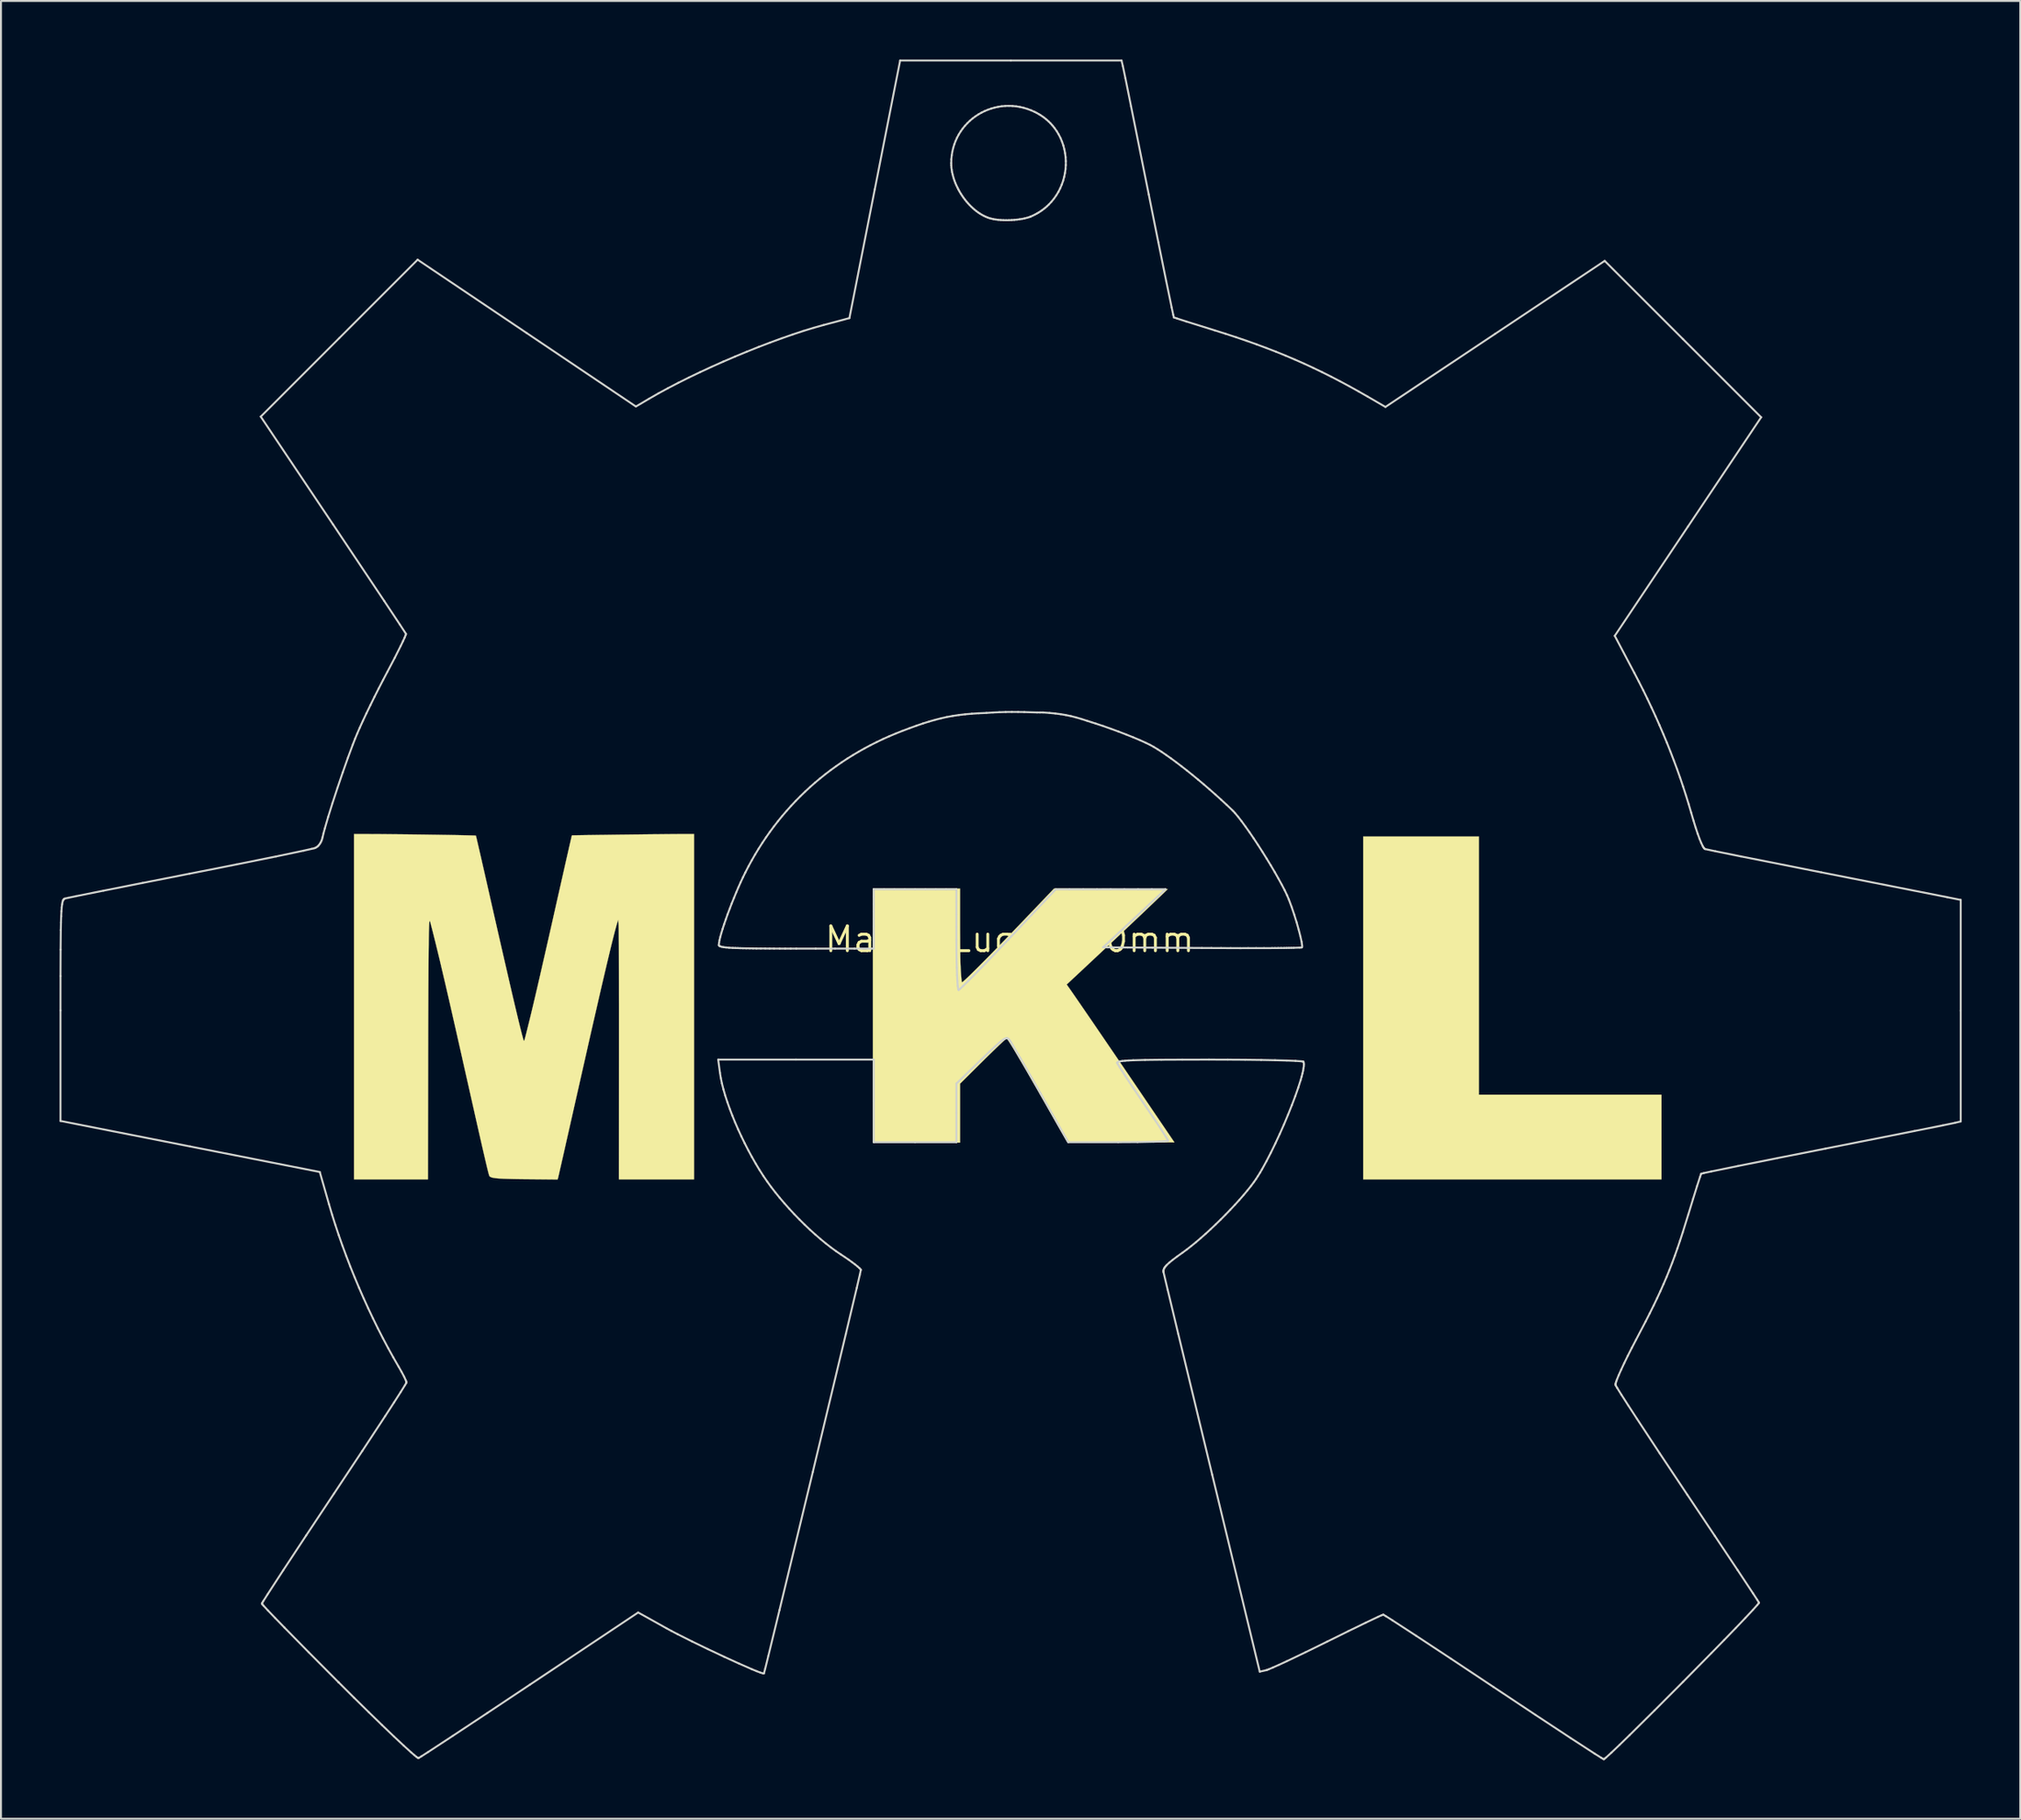
<source format=kicad_pcb>
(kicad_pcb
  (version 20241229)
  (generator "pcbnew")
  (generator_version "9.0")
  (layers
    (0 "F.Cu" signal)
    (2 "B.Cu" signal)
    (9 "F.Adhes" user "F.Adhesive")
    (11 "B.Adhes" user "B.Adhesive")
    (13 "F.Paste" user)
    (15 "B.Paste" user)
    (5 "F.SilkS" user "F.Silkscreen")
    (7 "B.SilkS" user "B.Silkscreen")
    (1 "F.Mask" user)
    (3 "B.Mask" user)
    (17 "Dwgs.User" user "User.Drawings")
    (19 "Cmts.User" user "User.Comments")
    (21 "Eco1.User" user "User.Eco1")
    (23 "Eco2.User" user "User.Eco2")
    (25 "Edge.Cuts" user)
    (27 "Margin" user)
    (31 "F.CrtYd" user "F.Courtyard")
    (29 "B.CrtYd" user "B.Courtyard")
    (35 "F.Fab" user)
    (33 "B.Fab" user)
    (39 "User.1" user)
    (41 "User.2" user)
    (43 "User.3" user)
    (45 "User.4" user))
  (footprint "Maker_Lugo_100mm"
    (layer "F.Cu")
    (at 48.683 45.086)
    (property "Reference" "Maker_Lugo_100mm" (at 0 0 0) (layer "F.SilkS") (effects (font (size 1.27 1.27) (thickness 0.15))))
    (attr through_hole)
    (fp_poly (pts (xy 24.045 7.959) (xy 33.401 7.959) (xy 33.401 12.298) (xy 18.119 12.298) (xy 18.119 -5.271) (xy 24.045 -5.271) (xy 24.045 7.959)) (stroke (width 0.01) (type solid)) (fill yes) (layer "F.SilkS"))
    (fp_poly (pts (xy -2.54 -0.926) (xy -2.54 -0.648) (xy -2.539 -0.371) (xy -2.537 -0.099) (xy -2.536 0.162) (xy -2.534 0.409) (xy -2.531 0.637) (xy -2.528 0.84) (xy -2.525 1.015) (xy -2.522 1.156) (xy -2.519 1.259) (xy -2.51 1.439) (xy -2.501 1.611) (xy -2.491 1.771) (xy -2.48 1.913) (xy -2.469 2.032) (xy -2.459 2.122) (xy -2.45 2.18) (xy -2.444 2.199) (xy -2.422 2.191) (xy -2.373 2.153) (xy -2.297 2.086) (xy -2.195 1.992) (xy -2.069 1.872) (xy -1.919 1.726) (xy -1.747 1.556) (xy -1.554 1.363) (xy -1.34 1.148) (xy -1.107 0.912) (xy -0.857 0.657) (xy -0.589 0.383) (xy -0.306 0.091) (xy -0.008 -0.216) (xy 0.303 -0.54) (xy 0.627 -0.877) (xy 0.857 -1.118) (xy 2.275 -2.601) (xy 5.186 -2.589) (xy 5.533 -2.587) (xy 5.869 -2.586) (xy 6.19 -2.584) (xy 6.495 -2.583) (xy 6.781 -2.582) (xy 7.045 -2.58) (xy 7.285 -2.579) (xy 7.5 -2.578) (xy 7.685 -2.577) (xy 7.839 -2.576) (xy 7.96 -2.575) (xy 8.044 -2.575) (xy 8.091 -2.574) (xy 8.099 -2.574) (xy 8.09 -2.565) (xy 8.063 -2.537) (xy 8.014 -2.49) (xy 7.944 -2.422) (xy 7.851 -2.332) (xy 7.733 -2.219) (xy 7.589 -2.081) (xy 7.419 -1.918) (xy 7.221 -1.729) (xy 6.993 -1.511) (xy 6.984 -1.503) (xy 6.84 -1.365) (xy 6.668 -1.202) (xy 6.47 -1.015) (xy 6.251 -0.808) (xy 6.013 -0.583) (xy 5.759 -0.344) (xy 5.492 -0.092) (xy 5.215 0.168) (xy 4.932 0.434) (xy 4.644 0.704) (xy 4.355 0.975) (xy 4.069 1.243) (xy 3.816 1.48) (xy 2.923 2.314) (xy 3.015 2.443) (xy 3.111 2.58) (xy 3.231 2.752) (xy 3.373 2.957) (xy 3.538 3.197) (xy 3.725 3.469) (xy 3.934 3.773) (xy 4.164 4.109) (xy 4.415 4.477) (xy 4.687 4.875) (xy 4.979 5.303) (xy 5.291 5.76) (xy 5.622 6.247) (xy 5.972 6.762) (xy 6.341 7.305) (xy 6.728 7.875) (xy 6.95 8.202) (xy 8.444 10.403) (xy 5.71 10.409) (xy 5.298 10.41) (xy 4.928 10.41) (xy 4.595 10.41) (xy 4.3 10.41) (xy 4.04 10.41) (xy 3.812 10.409) (xy 3.616 10.408) (xy 3.45 10.407) (xy 3.311 10.405) (xy 3.197 10.404) (xy 3.108 10.401) (xy 3.04 10.398) (xy 2.993 10.395) (xy 2.964 10.392) (xy 2.952 10.388) (xy 2.952 10.388) (xy 2.938 10.365) (xy 2.904 10.309) (xy 2.854 10.222) (xy 2.787 10.106) (xy 2.706 9.965) (xy 2.612 9.801) (xy 2.507 9.618) (xy 2.393 9.418) (xy 2.271 9.203) (xy 2.143 8.977) (xy 2.105 8.911) (xy 1.843 8.449) (xy 1.595 8.013) (xy 1.361 7.605) (xy 1.142 7.224) (xy 0.939 6.871) (xy 0.751 6.548) (xy 0.58 6.254) (xy 0.425 5.992) (xy 0.288 5.761) (xy 0.169 5.562) (xy 0.067 5.397) (xy -0.016 5.265) (xy -0.08 5.168) (xy -0.124 5.107) (xy -0.148 5.081) (xy -0.151 5.08) (xy -0.175 5.095) (xy -0.228 5.138) (xy -0.307 5.208) (xy -0.411 5.304) (xy -0.539 5.424) (xy -0.688 5.567) (xy -0.858 5.731) (xy -1.046 5.914) (xy -1.252 6.116) (xy -1.472 6.334) (xy -1.614 6.475) (xy -2.54 7.395) (xy -2.54 10.414) (xy -7.006 10.414) (xy -7.006 -2.603) (xy -2.54 -2.603) (xy -2.54 -0.926)) (stroke (width 0.01) (type solid)) (fill yes) (layer "F.SilkS"))
    (fp_poly (pts (xy -16.171 12.298) (xy -20.02 12.298) (xy -20.017 5.9) (xy -20.017 5.205) (xy -20.017 4.547) (xy -20.017 3.925) (xy -20.017 3.34) (xy -20.018 2.792) (xy -20.018 2.282) (xy -20.019 1.81) (xy -20.02 1.377) (xy -20.021 0.982) (xy -20.022 0.627) (xy -20.023 0.311) (xy -20.025 0.035) (xy -20.026 -0.2) (xy -20.028 -0.395) (xy -20.03 -0.549) (xy -20.032 -0.661) (xy -20.034 -0.732) (xy -20.036 -0.751) (xy -20.057 -1.005) (xy -20.104 -0.856) (xy -20.138 -0.741) (xy -20.178 -0.597) (xy -20.225 -0.424) (xy -20.277 -0.222) (xy -20.336 0.011) (xy -20.402 0.276) (xy -20.474 0.572) (xy -20.553 0.901) (xy -20.64 1.264) (xy -20.733 1.661) (xy -20.834 2.093) (xy -20.943 2.56) (xy -21.059 3.064) (xy -21.183 3.605) (xy -21.316 4.183) (xy -21.457 4.8) (xy -21.606 5.457) (xy -21.763 6.153) (xy -21.92 6.847) (xy -22.048 7.414) (xy -22.167 7.94) (xy -22.277 8.428) (xy -22.379 8.879) (xy -22.473 9.294) (xy -22.559 9.674) (xy -22.637 10.022) (xy -22.709 10.338) (xy -22.773 10.624) (xy -22.831 10.881) (xy -22.883 11.11) (xy -22.93 11.314) (xy -22.97 11.492) (xy -23.006 11.648) (xy -23.036 11.782) (xy -23.062 11.895) (xy -23.083 11.989) (xy -23.101 12.065) (xy -23.115 12.125) (xy -23.125 12.17) (xy -23.133 12.201) (xy -23.138 12.22) (xy -23.138 12.221) (xy -23.16 12.304) (xy -24.56 12.291) (xy -24.903 12.288) (xy -25.205 12.284) (xy -25.471 12.279) (xy -25.701 12.273) (xy -25.9 12.267) (xy -26.069 12.259) (xy -26.21 12.249) (xy -26.328 12.238) (xy -26.423 12.225) (xy -26.499 12.21) (xy -26.558 12.193) (xy -26.603 12.173) (xy -26.636 12.151) (xy -26.653 12.134) (xy -26.66 12.121) (xy -26.67 12.091) (xy -26.684 12.044) (xy -26.702 11.979) (xy -26.724 11.895) (xy -26.75 11.789) (xy -26.781 11.662) (xy -26.817 11.511) (xy -26.858 11.336) (xy -26.905 11.135) (xy -26.958 10.908) (xy -27.017 10.652) (xy -27.082 10.367) (xy -27.154 10.051) (xy -27.233 9.703) (xy -27.319 9.323) (xy -27.413 8.908) (xy -27.514 8.458) (xy -27.624 7.97) (xy -27.742 7.445) (xy -27.869 6.881) (xy -27.972 6.424) (xy -28.117 5.778) (xy -28.254 5.171) (xy -28.382 4.602) (xy -28.504 4.068) (xy -28.618 3.567) (xy -28.725 3.097) (xy -28.827 2.657) (xy -28.922 2.244) (xy -29.013 1.856) (xy -29.099 1.491) (xy -29.18 1.147) (xy -29.258 0.823) (xy -29.333 0.515) (xy -29.404 0.223) (xy -29.465 -0.022) (xy -29.521 -0.246) (xy -29.568 -0.432) (xy -29.606 -0.583) (xy -29.637 -0.703) (xy -29.662 -0.794) (xy -29.681 -0.861) (xy -29.695 -0.906) (xy -29.706 -0.932) (xy -29.714 -0.943) (xy -29.72 -0.942) (xy -29.726 -0.932) (xy -29.726 -0.931) (xy -29.732 -0.903) (xy -29.737 -0.85) (xy -29.742 -0.77) (xy -29.747 -0.664) (xy -29.751 -0.529) (xy -29.756 -0.365) (xy -29.76 -0.172) (xy -29.764 0.051) (xy -29.767 0.306) (xy -29.771 0.593) (xy -29.774 0.913) (xy -29.777 1.266) (xy -29.78 1.654) (xy -29.782 2.077) (xy -29.785 2.536) (xy -29.787 3.033) (xy -29.789 3.567) (xy -29.791 4.14) (xy -29.793 4.752) (xy -29.794 5.404) (xy -29.796 6.098) (xy -29.796 6.493) (xy -29.807 12.298) (xy -33.592 12.298) (xy -33.592 -5.397) (xy -33.036 -5.397) (xy -32.831 -5.396) (xy -32.603 -5.395) (xy -32.354 -5.394) (xy -32.087 -5.392) (xy -31.805 -5.389) (xy -31.51 -5.386) (xy -31.206 -5.383) (xy -30.895 -5.38) (xy -30.581 -5.376) (xy -30.265 -5.372) (xy -29.952 -5.368) (xy -29.643 -5.363) (xy -29.342 -5.359) (xy -29.051 -5.354) (xy -28.774 -5.35) (xy -28.513 -5.345) (xy -28.271 -5.341) (xy -28.05 -5.336) (xy -27.855 -5.332) (xy -27.687 -5.328) (xy -27.55 -5.324) (xy -27.446 -5.321) (xy -27.378 -5.317) (xy -27.349 -5.315) (xy -27.348 -5.314) (xy -27.342 -5.291) (xy -27.327 -5.229) (xy -27.303 -5.131) (xy -27.273 -4.999) (xy -27.235 -4.836) (xy -27.191 -4.645) (xy -27.141 -4.427) (xy -27.085 -4.186) (xy -27.026 -3.924) (xy -26.962 -3.644) (xy -26.894 -3.348) (xy -26.824 -3.038) (xy -26.767 -2.789) (xy -26.598 -2.042) (xy -26.438 -1.335) (xy -26.286 -0.669) (xy -26.143 -0.042) (xy -26.008 0.547) (xy -25.882 1.097) (xy -25.764 1.61) (xy -25.654 2.086) (xy -25.552 2.526) (xy -25.458 2.931) (xy -25.371 3.301) (xy -25.291 3.637) (xy -25.219 3.94) (xy -25.154 4.209) (xy -25.096 4.447) (xy -25.044 4.653) (xy -25 4.828) (xy -24.961 4.973) (xy -24.929 5.089) (xy -24.922 5.114) (xy -24.912 5.152) (xy -24.902 5.181) (xy -24.894 5.199) (xy -24.884 5.202) (xy -24.873 5.188) (xy -24.859 5.152) (xy -24.84 5.092) (xy -24.816 5.005) (xy -24.786 4.887) (xy -24.748 4.736) (xy -24.701 4.548) (xy -24.681 4.467) (xy -24.64 4.302) (xy -24.598 4.134) (xy -24.556 3.961) (xy -24.512 3.78) (xy -24.466 3.59) (xy -24.418 3.389) (xy -24.368 3.176) (xy -24.314 2.949) (xy -24.258 2.707) (xy -24.197 2.446) (xy -24.133 2.166) (xy -24.063 1.866) (xy -23.989 1.543) (xy -23.91 1.195) (xy -23.824 0.821) (xy -23.733 0.419) (xy -23.635 -0.012) (xy -23.53 -0.475) (xy -23.418 -0.97) (xy -23.298 -1.501) (xy -23.171 -2.068) (xy -23.034 -2.673) (xy -22.914 -3.204) (xy -22.848 -3.496) (xy -22.785 -3.777) (xy -22.725 -4.042) (xy -22.668 -4.291) (xy -22.616 -4.519) (xy -22.57 -4.725) (xy -22.528 -4.905) (xy -22.493 -5.057) (xy -22.465 -5.177) (xy -22.445 -5.265) (xy -22.432 -5.315) (xy -22.429 -5.328) (xy -22.407 -5.329) (xy -22.346 -5.331) (xy -22.248 -5.333) (xy -22.117 -5.335) (xy -21.956 -5.338) (xy -21.766 -5.341) (xy -21.553 -5.344) (xy -21.317 -5.347) (xy -21.063 -5.351) (xy -20.793 -5.354) (xy -20.511 -5.358) (xy -20.218 -5.362) (xy -19.919 -5.366) (xy -19.616 -5.369) (xy -19.311 -5.373) (xy -19.009 -5.376) (xy -18.712 -5.38) (xy -18.422 -5.383) (xy -18.144 -5.386) (xy -17.879 -5.388) (xy -17.631 -5.391) (xy -17.402 -5.393) (xy -17.197 -5.394) (xy -17.017 -5.396) (xy -16.865 -5.397) (xy -16.745 -5.397) (xy -16.738 -5.397) (xy -16.171 -5.397) (xy -16.171 12.298)) (stroke (width 0.01) (type solid)) (fill yes) (layer "F.SilkS"))
    (fp_line (start -48.633 3.641) (end -48.632 1.881) (stroke (width 0.1) (type solid)) (layer "Edge.Cuts"))
    (fp_line (start -48.633 9.305) (end -48.633 3.641) (stroke (width 0.1) (type solid)) (layer "Edge.Cuts"))
    (fp_line (start -48.632 1.881) (end -48.627 0.527) (stroke (width 0.1) (type solid)) (layer "Edge.Cuts"))
    (fp_line (start -48.627 0.527) (end -48.617 -0.476) (stroke (width 0.1) (type solid)) (layer "Edge.Cuts"))
    (fp_line (start -48.617 -0.476) (end -48.609 -0.863) (stroke (width 0.1) (type solid)) (layer "Edge.Cuts"))
    (fp_line (start -48.609 -0.863) (end -48.598 -1.182) (stroke (width 0.1) (type solid)) (layer "Edge.Cuts"))
    (fp_line (start -48.598 -1.182) (end -48.585 -1.439) (stroke (width 0.1) (type solid)) (layer "Edge.Cuts"))
    (fp_line (start -48.585 -1.439) (end -48.57 -1.642) (stroke (width 0.1) (type solid)) (layer "Edge.Cuts"))
    (fp_line (start -48.57 -1.642) (end -48.551 -1.798) (stroke (width 0.1) (type solid)) (layer "Edge.Cuts"))
    (fp_line (start -48.551 -1.798) (end -48.529 -1.912) (stroke (width 0.1) (type solid)) (layer "Edge.Cuts"))
    (fp_line (start -48.529 -1.912) (end -48.503 -1.992) (stroke (width 0.1) (type solid)) (layer "Edge.Cuts"))
    (fp_line (start -48.503 -1.992) (end -48.489 -2.021) (stroke (width 0.1) (type solid)) (layer "Edge.Cuts"))
    (fp_line (start -48.489 -2.021) (end -48.473 -2.044) (stroke (width 0.1) (type solid)) (layer "Edge.Cuts"))
    (fp_line (start -48.473 -2.044) (end -48.457 -2.062) (stroke (width 0.1) (type solid)) (layer "Edge.Cuts"))
    (fp_line (start -48.457 -2.062) (end -48.44 -2.076) (stroke (width 0.1) (type solid)) (layer "Edge.Cuts"))
    (fp_line (start -48.44 -2.076) (end -48.401 -2.093) (stroke (width 0.1) (type solid)) (layer "Edge.Cuts"))
    (fp_line (start -48.401 -2.093) (end -48.229 -2.131) (stroke (width 0.1) (type solid)) (layer "Edge.Cuts"))
    (fp_line (start -48.229 -2.131) (end -47.826 -2.214) (stroke (width 0.1) (type solid)) (layer "Edge.Cuts"))
    (fp_line (start -47.826 -2.214) (end -46.431 -2.495) (stroke (width 0.1) (type solid)) (layer "Edge.Cuts"))
    (fp_line (start -46.431 -2.495) (end -44.425 -2.892) (stroke (width 0.1) (type solid)) (layer "Edge.Cuts"))
    (fp_line (start -44.425 -2.892) (end -42.018 -3.365) (stroke (width 0.1) (type solid)) (layer "Edge.Cuts"))
    (fp_line (start -42.018 -3.365) (end -39.607 -3.841) (stroke (width 0.1) (type solid)) (layer "Edge.Cuts"))
    (fp_line (start -41.99 10.613) (end -48.633 9.305) (stroke (width 0.1) (type solid)) (layer "Edge.Cuts"))
    (fp_line (start -39.607 -3.841) (end -37.59 -4.248) (stroke (width 0.1) (type solid)) (layer "Edge.Cuts"))
    (fp_line (start -38.372 -26.787) (end -34.353 -30.807) (stroke (width 0.1) (type solid)) (layer "Edge.Cuts"))
    (fp_line (start -38.314 34.039) (end -38.295 34) (stroke (width 0.1) (type solid)) (layer "Edge.Cuts"))
    (fp_line (start -38.295 34) (end -38.239 33.906) (stroke (width 0.1) (type solid)) (layer "Edge.Cuts"))
    (fp_line (start -38.294 34.07) (end -38.314 34.039) (stroke (width 0.1) (type solid)) (layer "Edge.Cuts"))
    (fp_line (start -38.239 33.906) (end -38.022 33.563) (stroke (width 0.1) (type solid)) (layer "Edge.Cuts"))
    (fp_line (start -38.234 34.14) (end -38.294 34.07) (stroke (width 0.1) (type solid)) (layer "Edge.Cuts"))
    (fp_line (start -38.022 33.563) (end -37.226 32.338) (stroke (width 0.1) (type solid)) (layer "Edge.Cuts"))
    (fp_line (start -38.004 34.389) (end -38.234 34.14) (stroke (width 0.1) (type solid)) (layer "Edge.Cuts"))
    (fp_line (start -37.64 34.77) (end -38.004 34.389) (stroke (width 0.1) (type solid)) (layer "Edge.Cuts"))
    (fp_line (start -37.59 -4.248) (end -36.178 -4.544) (stroke (width 0.1) (type solid)) (layer "Edge.Cuts"))
    (fp_line (start -37.226 32.338) (end -36.048 30.55) (stroke (width 0.1) (type solid)) (layer "Edge.Cuts"))
    (fp_line (start -37.158 35.266) (end -37.64 34.77) (stroke (width 0.1) (type solid)) (layer "Edge.Cuts"))
    (fp_line (start -36.178 -4.544) (end -35.764 -4.637) (stroke (width 0.1) (type solid)) (layer "Edge.Cuts"))
    (fp_line (start -36.048 30.55) (end -34.61 28.386) (stroke (width 0.1) (type solid)) (layer "Edge.Cuts"))
    (fp_line (start -35.907 36.54) (end -37.158 35.266) (stroke (width 0.1) (type solid)) (layer "Edge.Cuts"))
    (fp_line (start -35.764 -4.637) (end -35.643 -4.666) (stroke (width 0.1) (type solid)) (layer "Edge.Cuts"))
    (fp_line (start -35.643 -4.666) (end -35.582 -4.685) (stroke (width 0.1) (type solid)) (layer "Edge.Cuts"))
    (fp_line (start -35.582 -4.685) (end -35.518 -4.718) (stroke (width 0.1) (type solid)) (layer "Edge.Cuts"))
    (fp_line (start -35.518 -4.718) (end -35.457 -4.764) (stroke (width 0.1) (type solid)) (layer "Edge.Cuts"))
    (fp_line (start -35.457 -4.764) (end -35.4 -4.822) (stroke (width 0.1) (type solid)) (layer "Edge.Cuts"))
    (fp_line (start -35.4 -4.822) (end -35.348 -4.889) (stroke (width 0.1) (type solid)) (layer "Edge.Cuts"))
    (fp_line (start -35.348 -4.889) (end -35.302 -4.966) (stroke (width 0.1) (type solid)) (layer "Edge.Cuts"))
    (fp_line (start -35.347 11.921) (end -41.99 10.613) (stroke (width 0.1) (type solid)) (layer "Edge.Cuts"))
    (fp_line (start -35.302 -4.966) (end -35.261 -5.051) (stroke (width 0.1) (type solid)) (layer "Edge.Cuts"))
    (fp_line (start -35.261 -5.051) (end -35.228 -5.143) (stroke (width 0.1) (type solid)) (layer "Edge.Cuts"))
    (fp_line (start -35.228 -5.143) (end -35.202 -5.241) (stroke (width 0.1) (type solid)) (layer "Edge.Cuts"))
    (fp_line (start -35.202 -5.241) (end -35.156 -5.435) (stroke (width 0.1) (type solid)) (layer "Edge.Cuts"))
    (fp_line (start -35.156 -5.435) (end -35.092 -5.677) (stroke (width 0.1) (type solid)) (layer "Edge.Cuts"))
    (fp_line (start -35.092 -5.677) (end -34.917 -6.275) (stroke (width 0.1) (type solid)) (layer "Edge.Cuts"))
    (fp_line (start -34.917 -6.275) (end -34.695 -6.986) (stroke (width 0.1) (type solid)) (layer "Edge.Cuts"))
    (fp_line (start -34.875 13.572) (end -35.347 11.921) (stroke (width 0.1) (type solid)) (layer "Edge.Cuts"))
    (fp_line (start -34.721 14.093) (end -34.875 13.572) (stroke (width 0.1) (type solid)) (layer "Edge.Cuts"))
    (fp_line (start -34.695 -6.986) (end -34.441 -7.762) (stroke (width 0.1) (type solid)) (layer "Edge.Cuts"))
    (fp_line (start -34.672 -21.268) (end -38.372 -26.787) (stroke (width 0.1) (type solid)) (layer "Edge.Cuts"))
    (fp_line (start -34.61 28.386) (end -33.172 26.219) (stroke (width 0.1) (type solid)) (layer "Edge.Cuts"))
    (fp_line (start -34.555 14.621) (end -34.721 14.093) (stroke (width 0.1) (type solid)) (layer "Edge.Cuts"))
    (fp_line (start -34.441 -7.762) (end -34.171 -8.554) (stroke (width 0.1) (type solid)) (layer "Edge.Cuts"))
    (fp_line (start -34.379 38.077) (end -35.907 36.54) (stroke (width 0.1) (type solid)) (layer "Edge.Cuts"))
    (fp_line (start -34.378 38.077) (end -34.379 38.077) (stroke (width 0.1) (type solid)) (layer "Edge.Cuts"))
    (fp_line (start -34.378 38.077) (end -34.378 38.077) (stroke (width 0.1) (type solid)) (layer "Edge.Cuts"))
    (fp_line (start -34.377 15.155) (end -34.555 14.621) (stroke (width 0.1) (type solid)) (layer "Edge.Cuts"))
    (fp_line (start -34.353 -30.807) (end -30.334 -34.828) (stroke (width 0.1) (type solid)) (layer "Edge.Cuts"))
    (fp_line (start -34.188 15.692) (end -34.377 15.155) (stroke (width 0.1) (type solid)) (layer "Edge.Cuts"))
    (fp_line (start -34.171 -8.554) (end -33.903 -9.314) (stroke (width 0.1) (type solid)) (layer "Edge.Cuts"))
    (fp_line (start -33.989 16.231) (end -34.188 15.692) (stroke (width 0.1) (type solid)) (layer "Edge.Cuts"))
    (fp_line (start -33.903 -9.314) (end -33.651 -9.991) (stroke (width 0.1) (type solid)) (layer "Edge.Cuts"))
    (fp_line (start -33.781 16.772) (end -33.989 16.231) (stroke (width 0.1) (type solid)) (layer "Edge.Cuts"))
    (fp_line (start -33.651 -9.991) (end -33.537 -10.284) (stroke (width 0.1) (type solid)) (layer "Edge.Cuts"))
    (fp_line (start -33.585 38.867) (end -34.378 38.077) (stroke (width 0.1) (type solid)) (layer "Edge.Cuts"))
    (fp_line (start -33.563 17.311) (end -33.781 16.772) (stroke (width 0.1) (type solid)) (layer "Edge.Cuts"))
    (fp_line (start -33.537 -10.284) (end -33.433 -10.538) (stroke (width 0.1) (type solid)) (layer "Edge.Cuts"))
    (fp_line (start -33.433 -10.538) (end -33.304 -10.835) (stroke (width 0.1) (type solid)) (layer "Edge.Cuts"))
    (fp_line (start -33.338 17.849) (end -33.563 17.311) (stroke (width 0.1) (type solid)) (layer "Edge.Cuts"))
    (fp_line (start -33.304 -10.835) (end -33.144 -11.185) (stroke (width 0.1) (type solid)) (layer "Edge.Cuts"))
    (fp_line (start -33.172 26.219) (end -31.994 24.426) (stroke (width 0.1) (type solid)) (layer "Edge.Cuts"))
    (fp_line (start -33.144 -11.185) (end -32.96 -11.577) (stroke (width 0.1) (type solid)) (layer "Edge.Cuts"))
    (fp_line (start -33.104 18.383) (end -33.338 17.849) (stroke (width 0.1) (type solid)) (layer "Edge.Cuts"))
    (fp_line (start -32.96 -11.577) (end -32.757 -11.996) (stroke (width 0.1) (type solid)) (layer "Edge.Cuts"))
    (fp_line (start -32.864 18.911) (end -33.104 18.383) (stroke (width 0.1) (type solid)) (layer "Edge.Cuts"))
    (fp_line (start -32.838 39.601) (end -33.585 38.867) (stroke (width 0.1) (type solid)) (layer "Edge.Cuts"))
    (fp_line (start -32.757 -11.996) (end -32.543 -12.43) (stroke (width 0.1) (type solid)) (layer "Edge.Cuts"))
    (fp_line (start -32.617 19.433) (end -32.864 18.911) (stroke (width 0.1) (type solid)) (layer "Edge.Cuts"))
    (fp_line (start -32.543 -12.43) (end -32.323 -12.867) (stroke (width 0.1) (type solid)) (layer "Edge.Cuts"))
    (fp_line (start -32.365 19.946) (end -32.617 19.433) (stroke (width 0.1) (type solid)) (layer "Edge.Cuts"))
    (fp_line (start -32.323 -12.867) (end -32.104 -13.292) (stroke (width 0.1) (type solid)) (layer "Edge.Cuts"))
    (fp_line (start -32.156 40.264) (end -32.838 39.601) (stroke (width 0.1) (type solid)) (layer "Edge.Cuts"))
    (fp_line (start -32.108 20.45) (end -32.365 19.946) (stroke (width 0.1) (type solid)) (layer "Edge.Cuts"))
    (fp_line (start -32.104 -13.292) (end -31.892 -13.693) (stroke (width 0.1) (type solid)) (layer "Edge.Cuts"))
    (fp_line (start -32.047 -17.343) (end -34.672 -21.268) (stroke (width 0.1) (type solid)) (layer "Edge.Cuts"))
    (fp_line (start -31.994 24.426) (end -31.541 23.727) (stroke (width 0.1) (type solid)) (layer "Edge.Cuts"))
    (fp_line (start -31.892 -13.693) (end -31.507 -14.426) (stroke (width 0.1) (type solid)) (layer "Edge.Cuts"))
    (fp_line (start -31.846 20.942) (end -32.108 20.45) (stroke (width 0.1) (type solid)) (layer "Edge.Cuts"))
    (fp_line (start -31.581 21.422) (end -31.846 20.942) (stroke (width 0.1) (type solid)) (layer "Edge.Cuts"))
    (fp_line (start -31.554 40.841) (end -32.156 40.264) (stroke (width 0.1) (type solid)) (layer "Edge.Cuts"))
    (fp_line (start -31.541 23.727) (end -31.198 23.192) (stroke (width 0.1) (type solid)) (layer "Edge.Cuts"))
    (fp_line (start -31.507 -14.426) (end -31.198 -15.041) (stroke (width 0.1) (type solid)) (layer "Edge.Cuts"))
    (fp_line (start -31.313 21.887) (end -31.581 21.422) (stroke (width 0.1) (type solid)) (layer "Edge.Cuts"))
    (fp_line (start -31.24 -16.128) (end -32.047 -17.343) (stroke (width 0.1) (type solid)) (layer "Edge.Cuts"))
    (fp_line (start -31.198 23.192) (end -30.982 22.843) (stroke (width 0.1) (type solid)) (layer "Edge.Cuts"))
    (fp_line (start -31.198 -15.041) (end -31.082 -15.283) (stroke (width 0.1) (type solid)) (layer "Edge.Cuts"))
    (fp_line (start -31.155 22.165) (end -31.313 21.887) (stroke (width 0.1) (type solid)) (layer "Edge.Cuts"))
    (fp_line (start -31.082 -15.283) (end -30.996 -15.472) (stroke (width 0.1) (type solid)) (layer "Edge.Cuts"))
    (fp_line (start -31.049 41.314) (end -31.554 40.841) (stroke (width 0.1) (type solid)) (layer "Edge.Cuts"))
    (fp_line (start -31.025 22.412) (end -31.155 22.165) (stroke (width 0.1) (type solid)) (layer "Edge.Cuts"))
    (fp_line (start -30.996 -15.472) (end -30.945 -15.599) (stroke (width 0.1) (type solid)) (layer "Edge.Cuts"))
    (fp_line (start -30.982 22.843) (end -30.925 22.746) (stroke (width 0.1) (type solid)) (layer "Edge.Cuts"))
    (fp_line (start -30.945 -15.599) (end -30.934 -15.637) (stroke (width 0.1) (type solid)) (layer "Edge.Cuts"))
    (fp_line (start -30.938 22.6) (end -31.025 22.412) (stroke (width 0.1) (type solid)) (layer "Edge.Cuts"))
    (fp_line (start -30.934 -15.637) (end -30.932 -15.656) (stroke (width 0.1) (type solid)) (layer "Edge.Cuts"))
    (fp_line (start -30.932 -15.656) (end -31.24 -16.128) (stroke (width 0.1) (type solid)) (layer "Edge.Cuts"))
    (fp_line (start -30.925 22.746) (end -30.906 22.704) (stroke (width 0.1) (type solid)) (layer "Edge.Cuts"))
    (fp_line (start -30.914 22.665) (end -30.938 22.6) (stroke (width 0.1) (type solid)) (layer "Edge.Cuts"))
    (fp_line (start -30.906 22.704) (end -30.914 22.665) (stroke (width 0.1) (type solid)) (layer "Edge.Cuts"))
    (fp_line (start -30.659 41.668) (end -31.049 41.314) (stroke (width 0.1) (type solid)) (layer "Edge.Cuts"))
    (fp_line (start -30.512 41.795) (end -30.659 41.668) (stroke (width 0.1) (type solid)) (layer "Edge.Cuts"))
    (fp_line (start -30.4 41.887) (end -30.512 41.795) (stroke (width 0.1) (type solid)) (layer "Edge.Cuts"))
    (fp_line (start -30.334 -34.828) (end -24.742 -31.067) (stroke (width 0.1) (type solid)) (layer "Edge.Cuts"))
    (fp_line (start -30.325 41.941) (end -30.4 41.887) (stroke (width 0.1) (type solid)) (layer "Edge.Cuts"))
    (fp_line (start -30.302 41.954) (end -30.325 41.941) (stroke (width 0.1) (type solid)) (layer "Edge.Cuts"))
    (fp_line (start -30.289 41.956) (end -30.302 41.954) (stroke (width 0.1) (type solid)) (layer "Edge.Cuts"))
    (fp_line (start -30.145 41.868) (end -30.289 41.956) (stroke (width 0.1) (type solid)) (layer "Edge.Cuts"))
    (fp_line (start -29.792 41.641) (end -30.145 41.868) (stroke (width 0.1) (type solid)) (layer "Edge.Cuts"))
    (fp_line (start -28.55 40.827) (end -29.792 41.641) (stroke (width 0.1) (type solid)) (layer "Edge.Cuts"))
    (fp_line (start -26.752 39.637) (end -28.55 40.827) (stroke (width 0.1) (type solid)) (layer "Edge.Cuts"))
    (fp_line (start -24.742 -31.067) (end -19.149 -27.305) (stroke (width 0.1) (type solid)) (layer "Edge.Cuts"))
    (fp_line (start -24.585 38.195) (end -26.752 39.637) (stroke (width 0.1) (type solid)) (layer "Edge.Cuts"))
    (fp_line (start -19.149 -27.305) (end -18.468 -27.707) (stroke (width 0.1) (type solid)) (layer "Edge.Cuts"))
    (fp_line (start -19.034 34.493) (end -24.585 38.195) (stroke (width 0.1) (type solid)) (layer "Edge.Cuts"))
    (fp_line (start -18.468 -27.707) (end -18.003 -27.974) (stroke (width 0.1) (type solid)) (layer "Edge.Cuts"))
    (fp_line (start -18.003 -27.974) (end -17.504 -28.245) (stroke (width 0.1) (type solid)) (layer "Edge.Cuts"))
    (fp_line (start -17.595 35.295) (end -19.034 34.493) (stroke (width 0.1) (type solid)) (layer "Edge.Cuts"))
    (fp_line (start -17.504 -28.245) (end -16.978 -28.519) (stroke (width 0.1) (type solid)) (layer "Edge.Cuts"))
    (fp_line (start -17.326 35.442) (end -17.595 35.295) (stroke (width 0.1) (type solid)) (layer "Edge.Cuts"))
    (fp_line (start -17.01 35.606) (end -17.326 35.442) (stroke (width 0.1) (type solid)) (layer "Edge.Cuts"))
    (fp_line (start -16.978 -28.519) (end -16.427 -28.794) (stroke (width 0.1) (type solid)) (layer "Edge.Cuts"))
    (fp_line (start -16.427 -28.794) (end -15.856 -29.068) (stroke (width 0.1) (type solid)) (layer "Edge.Cuts"))
    (fp_line (start -16.275 35.976) (end -17.01 35.606) (stroke (width 0.1) (type solid)) (layer "Edge.Cuts"))
    (fp_line (start -15.856 -29.068) (end -15.271 -29.339) (stroke (width 0.1) (type solid)) (layer "Edge.Cuts"))
    (fp_line (start -15.458 36.372) (end -16.275 35.976) (stroke (width 0.1) (type solid)) (layer "Edge.Cuts"))
    (fp_line (start -15.271 -29.339) (end -14.674 -29.605) (stroke (width 0.1) (type solid)) (layer "Edge.Cuts"))
    (fp_line (start -14.933 6.161) (end -14.843 6.837) (stroke (width 0.1) (type solid)) (layer "Edge.Cuts"))
    (fp_line (start -14.899 0.282) (end -14.897 0.297) (stroke (width 0.1) (type solid)) (layer "Edge.Cuts"))
    (fp_line (start -14.897 0.297) (end -14.891 0.311) (stroke (width 0.1) (type solid)) (layer "Edge.Cuts"))
    (fp_line (start -14.891 0.311) (end -14.881 0.324) (stroke (width 0.1) (type solid)) (layer "Edge.Cuts"))
    (fp_line (start -14.89 0.179) (end -14.899 0.282) (stroke (width 0.1) (type solid)) (layer "Edge.Cuts"))
    (fp_line (start -14.881 0.324) (end -14.867 0.337) (stroke (width 0.1) (type solid)) (layer "Edge.Cuts"))
    (fp_line (start -14.867 0.337) (end -14.822 0.36) (stroke (width 0.1) (type solid)) (layer "Edge.Cuts"))
    (fp_line (start -14.865 0.043) (end -14.89 0.179) (stroke (width 0.1) (type solid)) (layer "Edge.Cuts"))
    (fp_line (start -14.843 6.837) (end -14.8 7.102) (stroke (width 0.1) (type solid)) (layer "Edge.Cuts"))
    (fp_line (start -14.826 -0.124) (end -14.865 0.043) (stroke (width 0.1) (type solid)) (layer "Edge.Cuts"))
    (fp_line (start -14.822 0.36) (end -14.753 0.381) (stroke (width 0.1) (type solid)) (layer "Edge.Cuts"))
    (fp_line (start -14.8 7.102) (end -14.74 7.387) (stroke (width 0.1) (type solid)) (layer "Edge.Cuts"))
    (fp_line (start -14.773 -0.317) (end -14.826 -0.124) (stroke (width 0.1) (type solid)) (layer "Edge.Cuts"))
    (fp_line (start -14.753 0.381) (end -14.658 0.399) (stroke (width 0.1) (type solid)) (layer "Edge.Cuts"))
    (fp_line (start -14.74 7.387) (end -14.663 7.689) (stroke (width 0.1) (type solid)) (layer "Edge.Cuts"))
    (fp_line (start -14.707 -0.533) (end -14.773 -0.317) (stroke (width 0.1) (type solid)) (layer "Edge.Cuts"))
    (fp_line (start -14.674 -29.605) (end -14.071 -29.864) (stroke (width 0.1) (type solid)) (layer "Edge.Cuts"))
    (fp_line (start -14.663 7.689) (end -14.571 8.006) (stroke (width 0.1) (type solid)) (layer "Edge.Cuts"))
    (fp_line (start -14.658 0.399) (end -14.533 0.414) (stroke (width 0.1) (type solid)) (layer "Edge.Cuts"))
    (fp_line (start -14.631 -0.769) (end -14.707 -0.533) (stroke (width 0.1) (type solid)) (layer "Edge.Cuts"))
    (fp_line (start -14.629 36.762) (end -15.458 36.372) (stroke (width 0.1) (type solid)) (layer "Edge.Cuts"))
    (fp_line (start -14.571 8.006) (end -14.464 8.336) (stroke (width 0.1) (type solid)) (layer "Edge.Cuts"))
    (fp_line (start -14.541 -1.027) (end -14.631 -0.769) (stroke (width 0.1) (type solid)) (layer "Edge.Cuts"))
    (fp_line (start -14.533 0.414) (end -14.375 0.428) (stroke (width 0.1) (type solid)) (layer "Edge.Cuts"))
    (fp_line (start -14.464 8.336) (end -14.344 8.677) (stroke (width 0.1) (type solid)) (layer "Edge.Cuts"))
    (fp_line (start -14.45 -1.285) (end -14.541 -1.027) (stroke (width 0.1) (type solid)) (layer "Edge.Cuts"))
    (fp_line (start -14.375 0.428) (end -14.18 0.439) (stroke (width 0.1) (type solid)) (layer "Edge.Cuts"))
    (fp_line (start -14.346 -1.561) (end -14.45 -1.285) (stroke (width 0.1) (type solid)) (layer "Edge.Cuts"))
    (fp_line (start -14.344 8.677) (end -14.211 9.025) (stroke (width 0.1) (type solid)) (layer "Edge.Cuts"))
    (fp_line (start -14.241 -1.836) (end -14.346 -1.561) (stroke (width 0.1) (type solid)) (layer "Edge.Cuts"))
    (fp_line (start -14.211 9.025) (end -14.066 9.379) (stroke (width 0.1) (type solid)) (layer "Edge.Cuts"))
    (fp_line (start -14.18 0.439) (end -14.053 0.443) (stroke (width 0.1) (type solid)) (layer "Edge.Cuts"))
    (fp_line (start -14.127 -2.116) (end -14.241 -1.836) (stroke (width 0.1) (type solid)) (layer "Edge.Cuts"))
    (fp_line (start -14.071 -29.864) (end -13.466 -30.115) (stroke (width 0.1) (type solid)) (layer "Edge.Cuts"))
    (fp_line (start -14.066 9.379) (end -13.911 9.736) (stroke (width 0.1) (type solid)) (layer "Edge.Cuts"))
    (fp_line (start -14.053 0.443) (end -13.925 0.447) (stroke (width 0.1) (type solid)) (layer "Edge.Cuts"))
    (fp_line (start -14.013 -2.395) (end -14.127 -2.116) (stroke (width 0.1) (type solid)) (layer "Edge.Cuts"))
    (fp_line (start -13.925 0.447) (end -13.797 0.452) (stroke (width 0.1) (type solid)) (layer "Edge.Cuts"))
    (fp_line (start -13.911 9.736) (end -13.747 10.094) (stroke (width 0.1) (type solid)) (layer "Edge.Cuts"))
    (fp_line (start -13.896 -2.669) (end -14.013 -2.395) (stroke (width 0.1) (type solid)) (layer "Edge.Cuts"))
    (fp_line (start -13.858 37.114) (end -14.629 36.762) (stroke (width 0.1) (type solid)) (layer "Edge.Cuts"))
    (fp_line (start -13.797 0.452) (end -13.669 0.456) (stroke (width 0.1) (type solid)) (layer "Edge.Cuts"))
    (fp_line (start -13.778 -2.934) (end -13.896 -2.669) (stroke (width 0.1) (type solid)) (layer "Edge.Cuts"))
    (fp_line (start -13.747 10.094) (end -13.573 10.451) (stroke (width 0.1) (type solid)) (layer "Edge.Cuts"))
    (fp_line (start -13.669 0.456) (end -13.496 0.459) (stroke (width 0.1) (type solid)) (layer "Edge.Cuts"))
    (fp_line (start -13.66 -3.187) (end -13.778 -2.934) (stroke (width 0.1) (type solid)) (layer "Edge.Cuts"))
    (fp_line (start -13.573 10.451) (end -13.392 10.804) (stroke (width 0.1) (type solid)) (layer "Edge.Cuts"))
    (fp_line (start -13.545 -3.423) (end -13.66 -3.187) (stroke (width 0.1) (type solid)) (layer "Edge.Cuts"))
    (fp_line (start -13.496 0.459) (end -13.322 0.461) (stroke (width 0.1) (type solid)) (layer "Edge.Cuts"))
    (fp_line (start -13.466 -30.115) (end -12.863 -30.356) (stroke (width 0.1) (type solid)) (layer "Edge.Cuts"))
    (fp_line (start -13.392 10.804) (end -13.205 11.151) (stroke (width 0.1) (type solid)) (layer "Edge.Cuts"))
    (fp_line (start -13.383 -3.737) (end -13.545 -3.423) (stroke (width 0.1) (type solid)) (layer "Edge.Cuts"))
    (fp_line (start -13.322 0.461) (end -13.148 0.464) (stroke (width 0.1) (type solid)) (layer "Edge.Cuts"))
    (fp_line (start -13.215 37.396) (end -13.858 37.114) (stroke (width 0.1) (type solid)) (layer "Edge.Cuts"))
    (fp_line (start -13.215 -4.046) (end -13.383 -3.737) (stroke (width 0.1) (type solid)) (layer "Edge.Cuts"))
    (fp_line (start -13.205 11.151) (end -13.012 11.49) (stroke (width 0.1) (type solid)) (layer "Edge.Cuts"))
    (fp_line (start -13.148 0.464) (end -12.974 0.467) (stroke (width 0.1) (type solid)) (layer "Edge.Cuts"))
    (fp_line (start -13.04 -4.35) (end -13.215 -4.046) (stroke (width 0.1) (type solid)) (layer "Edge.Cuts"))
    (fp_line (start -13.012 11.49) (end -12.814 11.818) (stroke (width 0.1) (type solid)) (layer "Edge.Cuts"))
    (fp_line (start -12.974 0.467) (end -12.748 0.468) (stroke (width 0.1) (type solid)) (layer "Edge.Cuts"))
    (fp_line (start -12.963 37.5) (end -13.215 37.396) (stroke (width 0.1) (type solid)) (layer "Edge.Cuts"))
    (fp_line (start -12.863 -30.356) (end -12.266 -30.584) (stroke (width 0.1) (type solid)) (layer "Edge.Cuts"))
    (fp_line (start -12.859 -4.648) (end -13.04 -4.35) (stroke (width 0.1) (type solid)) (layer "Edge.Cuts"))
    (fp_line (start -12.814 11.818) (end -12.612 12.133) (stroke (width 0.1) (type solid)) (layer "Edge.Cuts"))
    (fp_line (start -12.769 37.574) (end -12.963 37.5) (stroke (width 0.1) (type solid)) (layer "Edge.Cuts"))
    (fp_line (start -12.748 0.468) (end -12.522 0.469) (stroke (width 0.1) (type solid)) (layer "Edge.Cuts"))
    (fp_line (start -12.672 -4.942) (end -12.859 -4.648) (stroke (width 0.1) (type solid)) (layer "Edge.Cuts"))
    (fp_line (start -12.642 37.615) (end -12.769 37.574) (stroke (width 0.1) (type solid)) (layer "Edge.Cuts"))
    (fp_line (start -12.612 12.133) (end -12.426 12.405) (stroke (width 0.1) (type solid)) (layer "Edge.Cuts"))
    (fp_line (start -12.606 37.621) (end -12.642 37.615) (stroke (width 0.1) (type solid)) (layer "Edge.Cuts"))
    (fp_line (start -12.59 37.618) (end -12.606 37.621) (stroke (width 0.1) (type solid)) (layer "Edge.Cuts"))
    (fp_line (start -12.525 37.374) (end -12.59 37.618) (stroke (width 0.1) (type solid)) (layer "Edge.Cuts"))
    (fp_line (start -12.522 0.469) (end -12.296 0.471) (stroke (width 0.1) (type solid)) (layer "Edge.Cuts"))
    (fp_line (start -12.479 -5.23) (end -12.672 -4.942) (stroke (width 0.1) (type solid)) (layer "Edge.Cuts"))
    (fp_line (start -12.426 12.405) (end -12.224 12.683) (stroke (width 0.1) (type solid)) (layer "Edge.Cuts"))
    (fp_line (start -12.361 36.712) (end -12.525 37.374) (stroke (width 0.1) (type solid)) (layer "Edge.Cuts"))
    (fp_line (start -12.296 0.471) (end -12.07 0.472) (stroke (width 0.1) (type solid)) (layer "Edge.Cuts"))
    (fp_line (start -12.28 -5.512) (end -12.479 -5.23) (stroke (width 0.1) (type solid)) (layer "Edge.Cuts"))
    (fp_line (start -12.266 -30.584) (end -11.681 -30.799) (stroke (width 0.1) (type solid)) (layer "Edge.Cuts"))
    (fp_line (start -12.224 12.683) (end -12.007 12.964) (stroke (width 0.1) (type solid)) (layer "Edge.Cuts"))
    (fp_line (start -12.075 -5.79) (end -12.28 -5.512) (stroke (width 0.1) (type solid)) (layer "Edge.Cuts"))
    (fp_line (start -12.07 0.472) (end -11.785 0.472) (stroke (width 0.1) (type solid)) (layer "Edge.Cuts"))
    (fp_line (start -12.007 12.964) (end -11.778 13.246) (stroke (width 0.1) (type solid)) (layer "Edge.Cuts"))
    (fp_line (start -11.864 -6.061) (end -12.075 -5.79) (stroke (width 0.1) (type solid)) (layer "Edge.Cuts"))
    (fp_line (start -11.792 34.372) (end -12.361 36.712) (stroke (width 0.1) (type solid)) (layer "Edge.Cuts"))
    (fp_line (start -11.785 0.472) (end -11.5 0.473) (stroke (width 0.1) (type solid)) (layer "Edge.Cuts"))
    (fp_line (start -11.778 13.246) (end -11.537 13.528) (stroke (width 0.1) (type solid)) (layer "Edge.Cuts"))
    (fp_line (start -11.681 -30.799) (end -11.111 -30.998) (stroke (width 0.1) (type solid)) (layer "Edge.Cuts"))
    (fp_line (start -11.647 -6.328) (end -11.864 -6.061) (stroke (width 0.1) (type solid)) (layer "Edge.Cuts"))
    (fp_line (start -11.537 13.528) (end -11.288 13.809) (stroke (width 0.1) (type solid)) (layer "Edge.Cuts"))
    (fp_line (start -11.5 0.473) (end -11.215 0.473) (stroke (width 0.1) (type solid)) (layer "Edge.Cuts"))
    (fp_line (start -11.424 -6.588) (end -11.647 -6.328) (stroke (width 0.1) (type solid)) (layer "Edge.Cuts"))
    (fp_line (start -11.288 13.809) (end -11.031 14.086) (stroke (width 0.1) (type solid)) (layer "Edge.Cuts"))
    (fp_line (start -11.215 0.473) (end -10.93 0.473) (stroke (width 0.1) (type solid)) (layer "Edge.Cuts"))
    (fp_line (start -11.195 -6.843) (end -11.424 -6.588) (stroke (width 0.1) (type solid)) (layer "Edge.Cuts"))
    (fp_line (start -11.111 -30.998) (end -10.56 -31.179) (stroke (width 0.1) (type solid)) (layer "Edge.Cuts"))
    (fp_line (start -11.031 14.086) (end -10.767 14.358) (stroke (width 0.1) (type solid)) (layer "Edge.Cuts"))
    (fp_line (start -10.961 -7.093) (end -11.195 -6.843) (stroke (width 0.1) (type solid)) (layer "Edge.Cuts"))
    (fp_line (start -10.947 6.161) (end -14.933 6.161) (stroke (width 0.1) (type solid)) (layer "Edge.Cuts"))
    (fp_line (start -10.93 0.473) (end -9.938 0.473) (stroke (width 0.1) (type solid)) (layer "Edge.Cuts"))
    (fp_line (start -10.767 14.358) (end -10.5 14.623) (stroke (width 0.1) (type solid)) (layer "Edge.Cuts"))
    (fp_line (start -10.721 -7.336) (end -10.961 -7.093) (stroke (width 0.1) (type solid)) (layer "Edge.Cuts"))
    (fp_line (start -10.56 -31.179) (end -10.034 -31.34) (stroke (width 0.1) (type solid)) (layer "Edge.Cuts"))
    (fp_line (start -10.5 14.623) (end -10.23 14.88) (stroke (width 0.1) (type solid)) (layer "Edge.Cuts"))
    (fp_line (start -10.475 -7.574) (end -10.721 -7.336) (stroke (width 0.1) (type solid)) (layer "Edge.Cuts"))
    (fp_line (start -10.23 14.88) (end -9.958 15.126) (stroke (width 0.1) (type solid)) (layer "Edge.Cuts"))
    (fp_line (start -10.224 -7.806) (end -10.475 -7.574) (stroke (width 0.1) (type solid)) (layer "Edge.Cuts"))
    (fp_line (start -10.086 27.298) (end -11.792 34.372) (stroke (width 0.1) (type solid)) (layer "Edge.Cuts"))
    (fp_line (start -10.034 -31.34) (end -9.536 -31.48) (stroke (width 0.1) (type solid)) (layer "Edge.Cuts"))
    (fp_line (start -9.968 -8.032) (end -10.224 -7.806) (stroke (width 0.1) (type solid)) (layer "Edge.Cuts"))
    (fp_line (start -9.958 15.126) (end -9.687 15.361) (stroke (width 0.1) (type solid)) (layer "Edge.Cuts"))
    (fp_line (start -9.938 0.473) (end -8.945 0.473) (stroke (width 0.1) (type solid)) (layer "Edge.Cuts"))
    (fp_line (start -9.706 -8.252) (end -9.968 -8.032) (stroke (width 0.1) (type solid)) (layer "Edge.Cuts"))
    (fp_line (start -9.687 15.361) (end -9.419 15.582) (stroke (width 0.1) (type solid)) (layer "Edge.Cuts"))
    (fp_line (start -9.536 -31.48) (end -8.209 -31.835) (stroke (width 0.1) (type solid)) (layer "Edge.Cuts"))
    (fp_line (start -9.439 -8.466) (end -9.706 -8.252) (stroke (width 0.1) (type solid)) (layer "Edge.Cuts"))
    (fp_line (start -9.419 15.582) (end -9.154 15.789) (stroke (width 0.1) (type solid)) (layer "Edge.Cuts"))
    (fp_line (start -9.166 -8.674) (end -9.439 -8.466) (stroke (width 0.1) (type solid)) (layer "Edge.Cuts"))
    (fp_line (start -9.154 15.789) (end -8.895 15.978) (stroke (width 0.1) (type solid)) (layer "Edge.Cuts"))
    (fp_line (start -8.945 0.473) (end -7.953 0.473) (stroke (width 0.1) (type solid)) (layer "Edge.Cuts"))
    (fp_line (start -8.895 15.978) (end -8.643 16.149) (stroke (width 0.1) (type solid)) (layer "Edge.Cuts"))
    (fp_line (start -8.888 -8.876) (end -9.166 -8.674) (stroke (width 0.1) (type solid)) (layer "Edge.Cuts"))
    (fp_line (start -8.643 16.149) (end -8.439 16.285) (stroke (width 0.1) (type solid)) (layer "Edge.Cuts"))
    (fp_line (start -8.605 -9.072) (end -8.888 -8.876) (stroke (width 0.1) (type solid)) (layer "Edge.Cuts"))
    (fp_line (start -8.439 16.285) (end -8.248 16.416) (stroke (width 0.1) (type solid)) (layer "Edge.Cuts"))
    (fp_line (start -8.391 20.215) (end -10.086 27.298) (stroke (width 0.1) (type solid)) (layer "Edge.Cuts"))
    (fp_line (start -8.317 -9.262) (end -8.605 -9.072) (stroke (width 0.1) (type solid)) (layer "Edge.Cuts"))
    (fp_line (start -8.248 16.416) (end -8.075 16.541) (stroke (width 0.1) (type solid)) (layer "Edge.Cuts"))
    (fp_line (start -8.209 -31.835) (end -6.909 -38.435) (stroke (width 0.1) (type solid)) (layer "Edge.Cuts"))
    (fp_line (start -8.075 16.541) (end -7.924 16.655) (stroke (width 0.1) (type solid)) (layer "Edge.Cuts"))
    (fp_line (start -8.024 -9.445) (end -8.317 -9.262) (stroke (width 0.1) (type solid)) (layer "Edge.Cuts"))
    (fp_line (start -7.953 0.473) (end -6.961 0.473) (stroke (width 0.1) (type solid)) (layer "Edge.Cuts"))
    (fp_line (start -7.924 16.655) (end -7.799 16.756) (stroke (width 0.1) (type solid)) (layer "Edge.Cuts"))
    (fp_line (start -7.834 17.864) (end -8.391 20.215) (stroke (width 0.1) (type solid)) (layer "Edge.Cuts"))
    (fp_line (start -7.799 16.756) (end -7.705 16.839) (stroke (width 0.1) (type solid)) (layer "Edge.Cuts"))
    (fp_line (start -7.726 -9.622) (end -8.024 -9.445) (stroke (width 0.1) (type solid)) (layer "Edge.Cuts"))
    (fp_line (start -7.705 16.839) (end -7.645 16.903) (stroke (width 0.1) (type solid)) (layer "Edge.Cuts"))
    (fp_line (start -7.678 17.195) (end -7.834 17.864) (stroke (width 0.1) (type solid)) (layer "Edge.Cuts"))
    (fp_line (start -7.645 16.903) (end -7.629 16.926) (stroke (width 0.1) (type solid)) (layer "Edge.Cuts"))
    (fp_line (start -7.629 16.926) (end -7.623 16.943) (stroke (width 0.1) (type solid)) (layer "Edge.Cuts"))
    (fp_line (start -7.623 16.943) (end -7.678 17.195) (stroke (width 0.1) (type solid)) (layer "Edge.Cuts"))
    (fp_line (start -7.423 -9.792) (end -7.726 -9.622) (stroke (width 0.1) (type solid)) (layer "Edge.Cuts"))
    (fp_line (start -7.116 -9.956) (end -7.423 -9.792) (stroke (width 0.1) (type solid)) (layer "Edge.Cuts"))
    (fp_line (start -6.961 -2.569) (end -6.432 -2.569) (stroke (width 0.1) (type solid)) (layer "Edge.Cuts"))
    (fp_line (start -6.961 -2.189) (end -6.961 -2.569) (stroke (width 0.1) (type solid)) (layer "Edge.Cuts"))
    (fp_line (start -6.961 -1.809) (end -6.961 -2.189) (stroke (width 0.1) (type solid)) (layer "Edge.Cuts"))
    (fp_line (start -6.961 -1.428) (end -6.961 -1.809) (stroke (width 0.1) (type solid)) (layer "Edge.Cuts"))
    (fp_line (start -6.961 -1.048) (end -6.961 -1.428) (stroke (width 0.1) (type solid)) (layer "Edge.Cuts"))
    (fp_line (start -6.961 -0.668) (end -6.961 -1.048) (stroke (width 0.1) (type solid)) (layer "Edge.Cuts"))
    (fp_line (start -6.961 -0.287) (end -6.961 -0.668) (stroke (width 0.1) (type solid)) (layer "Edge.Cuts"))
    (fp_line (start -6.961 0.093) (end -6.961 -0.287) (stroke (width 0.1) (type solid)) (layer "Edge.Cuts"))
    (fp_line (start -6.961 0.473) (end -6.961 0.093) (stroke (width 0.1) (type solid)) (layer "Edge.Cuts"))
    (fp_line (start -6.961 6.161) (end -10.947 6.161) (stroke (width 0.1) (type solid)) (layer "Edge.Cuts"))
    (fp_line (start -6.961 8.278) (end -6.961 6.161) (stroke (width 0.1) (type solid)) (layer "Edge.Cuts"))
    (fp_line (start -6.961 10.394) (end -6.961 8.278) (stroke (width 0.1) (type solid)) (layer "Edge.Cuts"))
    (fp_line (start -6.909 -38.435) (end -5.61 -45.036) (stroke (width 0.1) (type solid)) (layer "Edge.Cuts"))
    (fp_line (start -6.803 -10.114) (end -7.116 -9.956) (stroke (width 0.1) (type solid)) (layer "Edge.Cuts"))
    (fp_line (start -6.486 -10.265) (end -6.803 -10.114) (stroke (width 0.1) (type solid)) (layer "Edge.Cuts"))
    (fp_line (start -6.432 -2.569) (end -5.903 -2.569) (stroke (width 0.1) (type solid)) (layer "Edge.Cuts"))
    (fp_line (start -6.164 -10.409) (end -6.486 -10.265) (stroke (width 0.1) (type solid)) (layer "Edge.Cuts"))
    (fp_line (start -5.903 -2.569) (end -5.374 -2.569) (stroke (width 0.1) (type solid)) (layer "Edge.Cuts"))
    (fp_line (start -5.837 -10.547) (end -6.164 -10.409) (stroke (width 0.1) (type solid)) (layer "Edge.Cuts"))
    (fp_line (start -5.61 -45.036) (end 0.062 -45.036) (stroke (width 0.1) (type solid)) (layer "Edge.Cuts"))
    (fp_line (start -5.506 -10.678) (end -5.837 -10.547) (stroke (width 0.1) (type solid)) (layer "Edge.Cuts"))
    (fp_line (start -5.374 -2.569) (end -4.844 -2.569) (stroke (width 0.1) (type solid)) (layer "Edge.Cuts"))
    (fp_line (start -5.128 -10.82) (end -5.506 -10.678) (stroke (width 0.1) (type solid)) (layer "Edge.Cuts"))
    (fp_line (start -4.844 -2.569) (end -4.315 -2.569) (stroke (width 0.1) (type solid)) (layer "Edge.Cuts"))
    (fp_line (start -4.844 10.394) (end -6.961 10.394) (stroke (width 0.1) (type solid)) (layer "Edge.Cuts"))
    (fp_line (start -4.775 -10.948) (end -5.128 -10.82) (stroke (width 0.1) (type solid)) (layer "Edge.Cuts"))
    (fp_line (start -4.442 -11.062) (end -4.775 -10.948) (stroke (width 0.1) (type solid)) (layer "Edge.Cuts"))
    (fp_line (start -4.315 -2.569) (end -3.786 -2.569) (stroke (width 0.1) (type solid)) (layer "Edge.Cuts"))
    (fp_line (start -4.125 -11.162) (end -4.442 -11.062) (stroke (width 0.1) (type solid)) (layer "Edge.Cuts"))
    (fp_line (start -3.818 -11.25) (end -4.125 -11.162) (stroke (width 0.1) (type solid)) (layer "Edge.Cuts"))
    (fp_line (start -3.786 -2.569) (end -3.257 -2.569) (stroke (width 0.1) (type solid)) (layer "Edge.Cuts"))
    (fp_line (start -3.516 -11.327) (end -3.818 -11.25) (stroke (width 0.1) (type solid)) (layer "Edge.Cuts"))
    (fp_line (start -3.257 -2.569) (end -2.728 -2.569) (stroke (width 0.1) (type solid)) (layer "Edge.Cuts"))
    (fp_line (start -3.217 -11.393) (end -3.516 -11.327) (stroke (width 0.1) (type solid)) (layer "Edge.Cuts"))
    (fp_line (start -2.992 -39.775) (end -2.989 -39.662) (stroke (width 0.1) (type solid)) (layer "Edge.Cuts"))
    (fp_line (start -2.989 -39.662) (end -2.981 -39.549) (stroke (width 0.1) (type solid)) (layer "Edge.Cuts"))
    (fp_line (start -2.986 -39.978) (end -2.992 -39.775) (stroke (width 0.1) (type solid)) (layer "Edge.Cuts"))
    (fp_line (start -2.981 -39.549) (end -2.967 -39.434) (stroke (width 0.1) (type solid)) (layer "Edge.Cuts"))
    (fp_line (start -2.967 -39.434) (end -2.948 -39.32) (stroke (width 0.1) (type solid)) (layer "Edge.Cuts"))
    (fp_line (start -2.966 -40.176) (end -2.986 -39.978) (stroke (width 0.1) (type solid)) (layer "Edge.Cuts"))
    (fp_line (start -2.948 -39.32) (end -2.923 -39.206) (stroke (width 0.1) (type solid)) (layer "Edge.Cuts"))
    (fp_line (start -2.934 -40.369) (end -2.966 -40.176) (stroke (width 0.1) (type solid)) (layer "Edge.Cuts"))
    (fp_line (start -2.923 -39.206) (end -2.893 -39.091) (stroke (width 0.1) (type solid)) (layer "Edge.Cuts"))
    (fp_line (start -2.914 -11.448) (end -3.217 -11.393) (stroke (width 0.1) (type solid)) (layer "Edge.Cuts"))
    (fp_line (start -2.893 -39.091) (end -2.859 -38.977) (stroke (width 0.1) (type solid)) (layer "Edge.Cuts"))
    (fp_line (start -2.89 -40.557) (end -2.934 -40.369) (stroke (width 0.1) (type solid)) (layer "Edge.Cuts"))
    (fp_line (start -2.859 -38.977) (end -2.82 -38.863) (stroke (width 0.1) (type solid)) (layer "Edge.Cuts"))
    (fp_line (start -2.835 -40.739) (end -2.89 -40.557) (stroke (width 0.1) (type solid)) (layer "Edge.Cuts"))
    (fp_line (start -2.82 -38.863) (end -2.777 -38.751) (stroke (width 0.1) (type solid)) (layer "Edge.Cuts"))
    (fp_line (start -2.777 -38.751) (end -2.729 -38.639) (stroke (width 0.1) (type solid)) (layer "Edge.Cuts"))
    (fp_line (start -2.769 -40.914) (end -2.835 -40.739) (stroke (width 0.1) (type solid)) (layer "Edge.Cuts"))
    (fp_line (start -2.729 -38.639) (end -2.677 -38.529) (stroke (width 0.1) (type solid)) (layer "Edge.Cuts"))
    (fp_line (start -2.728 -2.569) (end -2.728 -1.924) (stroke (width 0.1) (type solid)) (layer "Edge.Cuts"))
    (fp_line (start -2.728 -1.924) (end -2.728 -1.28) (stroke (width 0.1) (type solid)) (layer "Edge.Cuts"))
    (fp_line (start -2.728 -1.28) (end -2.728 -0.635) (stroke (width 0.1) (type solid)) (layer "Edge.Cuts"))
    (fp_line (start -2.728 -0.635) (end -2.728 0.01) (stroke (width 0.1) (type solid)) (layer "Edge.Cuts"))
    (fp_line (start -2.728 0.01) (end -2.725 0.528) (stroke (width 0.1) (type solid)) (layer "Edge.Cuts"))
    (fp_line (start -2.728 7.39) (end -2.728 8.892) (stroke (width 0.1) (type solid)) (layer "Edge.Cuts"))
    (fp_line (start -2.728 8.892) (end -2.728 10.394) (stroke (width 0.1) (type solid)) (layer "Edge.Cuts"))
    (fp_line (start -2.728 10.394) (end -4.844 10.394) (stroke (width 0.1) (type solid)) (layer "Edge.Cuts"))
    (fp_line (start -2.725 0.528) (end -2.719 1.012) (stroke (width 0.1) (type solid)) (layer "Edge.Cuts"))
    (fp_line (start -2.719 1.012) (end -2.708 1.45) (stroke (width 0.1) (type solid)) (layer "Edge.Cuts"))
    (fp_line (start -2.708 1.45) (end -2.695 1.832) (stroke (width 0.1) (type solid)) (layer "Edge.Cuts"))
    (fp_line (start -2.695 1.832) (end -2.678 2.148) (stroke (width 0.1) (type solid)) (layer "Edge.Cuts"))
    (fp_line (start -2.692 -41.084) (end -2.769 -40.914) (stroke (width 0.1) (type solid)) (layer "Edge.Cuts"))
    (fp_line (start -2.678 2.148) (end -2.659 2.386) (stroke (width 0.1) (type solid)) (layer "Edge.Cuts"))
    (fp_line (start -2.677 -38.529) (end -2.622 -38.42) (stroke (width 0.1) (type solid)) (layer "Edge.Cuts"))
    (fp_line (start -2.659 2.386) (end -2.638 2.537) (stroke (width 0.1) (type solid)) (layer "Edge.Cuts"))
    (fp_line (start -2.638 2.537) (end -2.627 2.577) (stroke (width 0.1) (type solid)) (layer "Edge.Cuts"))
    (fp_line (start -2.627 2.577) (end -2.621 2.587) (stroke (width 0.1) (type solid)) (layer "Edge.Cuts"))
    (fp_line (start -2.622 -38.42) (end -2.562 -38.313) (stroke (width 0.1) (type solid)) (layer "Edge.Cuts"))
    (fp_line (start -2.621 2.587) (end -2.615 2.59) (stroke (width 0.1) (type solid)) (layer "Edge.Cuts"))
    (fp_line (start -2.615 2.59) (end -2.591 2.577) (stroke (width 0.1) (type solid)) (layer "Edge.Cuts"))
    (fp_line (start -2.605 -41.246) (end -2.692 -41.084) (stroke (width 0.1) (type solid)) (layer "Edge.Cuts"))
    (fp_line (start -2.603 -11.495) (end -2.914 -11.448) (stroke (width 0.1) (type solid)) (layer "Edge.Cuts"))
    (fp_line (start -2.591 2.577) (end -2.543 2.537) (stroke (width 0.1) (type solid)) (layer "Edge.Cuts"))
    (fp_line (start -2.562 -38.313) (end -2.499 -38.208) (stroke (width 0.1) (type solid)) (layer "Edge.Cuts"))
    (fp_line (start -2.543 2.537) (end -2.38 2.387) (stroke (width 0.1) (type solid)) (layer "Edge.Cuts"))
    (fp_line (start -2.508 -41.402) (end -2.605 -41.246) (stroke (width 0.1) (type solid)) (layer "Edge.Cuts"))
    (fp_line (start -2.499 -38.208) (end -2.432 -38.105) (stroke (width 0.1) (type solid)) (layer "Edge.Cuts"))
    (fp_line (start -2.432 -38.105) (end -2.362 -38.005) (stroke (width 0.1) (type solid)) (layer "Edge.Cuts"))
    (fp_line (start -2.402 -41.55) (end -2.508 -41.402) (stroke (width 0.1) (type solid)) (layer "Edge.Cuts"))
    (fp_line (start -2.38 2.387) (end -2.135 2.148) (stroke (width 0.1) (type solid)) (layer "Edge.Cuts"))
    (fp_line (start -2.362 -38.005) (end -2.289 -37.907) (stroke (width 0.1) (type solid)) (layer "Edge.Cuts"))
    (fp_line (start -2.289 -37.907) (end -2.214 -37.812) (stroke (width 0.1) (type solid)) (layer "Edge.Cuts"))
    (fp_line (start -2.288 -41.691) (end -2.402 -41.55) (stroke (width 0.1) (type solid)) (layer "Edge.Cuts"))
    (fp_line (start -2.279 -11.533) (end -2.603 -11.495) (stroke (width 0.1) (type solid)) (layer "Edge.Cuts"))
    (fp_line (start -2.214 -37.812) (end -2.135 -37.721) (stroke (width 0.1) (type solid)) (layer "Edge.Cuts"))
    (fp_line (start -2.165 -41.824) (end -2.288 -41.691) (stroke (width 0.1) (type solid)) (layer "Edge.Cuts"))
    (fp_line (start -2.135 2.148) (end -1.821 1.833) (stroke (width 0.1) (type solid)) (layer "Edge.Cuts"))
    (fp_line (start -2.135 -37.721) (end -2.054 -37.633) (stroke (width 0.1) (type solid)) (layer "Edge.Cuts"))
    (fp_line (start -2.054 -37.633) (end -1.97 -37.549) (stroke (width 0.1) (type solid)) (layer "Edge.Cuts"))
    (fp_line (start -2.035 -41.949) (end -2.165 -41.824) (stroke (width 0.1) (type solid)) (layer "Edge.Cuts"))
    (fp_line (start -1.97 -37.549) (end -1.884 -37.468) (stroke (width 0.1) (type solid)) (layer "Edge.Cuts"))
    (fp_line (start -1.939 -11.563) (end -2.279 -11.533) (stroke (width 0.1) (type solid)) (layer "Edge.Cuts"))
    (fp_line (start -1.897 -42.066) (end -2.035 -41.949) (stroke (width 0.1) (type solid)) (layer "Edge.Cuts"))
    (fp_line (start -1.884 -37.468) (end -1.797 -37.392) (stroke (width 0.1) (type solid)) (layer "Edge.Cuts"))
    (fp_line (start -1.821 1.833) (end -1.621 1.628) (stroke (width 0.1) (type solid)) (layer "Edge.Cuts"))
    (fp_line (start -1.797 -37.392) (end -1.707 -37.32) (stroke (width 0.1) (type solid)) (layer "Edge.Cuts"))
    (fp_line (start -1.752 -42.174) (end -1.897 -42.066) (stroke (width 0.1) (type solid)) (layer "Edge.Cuts"))
    (fp_line (start -1.707 -37.32) (end -1.615 -37.253) (stroke (width 0.1) (type solid)) (layer "Edge.Cuts"))
    (fp_line (start -1.621 1.628) (end -1.422 1.423) (stroke (width 0.1) (type solid)) (layer "Edge.Cuts"))
    (fp_line (start -1.615 -37.253) (end -1.522 -37.19) (stroke (width 0.1) (type solid)) (layer "Edge.Cuts"))
    (fp_line (start -1.601 -42.272) (end -1.752 -42.174) (stroke (width 0.1) (type solid)) (layer "Edge.Cuts"))
    (fp_line (start -1.577 -11.586) (end -1.939 -11.563) (stroke (width 0.1) (type solid)) (layer "Edge.Cuts"))
    (fp_line (start -1.522 -37.19) (end -1.428 -37.133) (stroke (width 0.1) (type solid)) (layer "Edge.Cuts"))
    (fp_line (start -1.453 6.157) (end -2.728 7.39) (stroke (width 0.1) (type solid)) (layer "Edge.Cuts"))
    (fp_line (start -1.445 -42.362) (end -1.601 -42.272) (stroke (width 0.1) (type solid)) (layer "Edge.Cuts"))
    (fp_line (start -1.428 -37.133) (end -1.332 -37.081) (stroke (width 0.1) (type solid)) (layer "Edge.Cuts"))
    (fp_line (start -1.422 1.423) (end -1.222 1.218) (stroke (width 0.1) (type solid)) (layer "Edge.Cuts"))
    (fp_line (start -1.332 -37.081) (end -1.236 -37.035) (stroke (width 0.1) (type solid)) (layer "Edge.Cuts"))
    (fp_line (start -1.283 -42.442) (end -1.445 -42.362) (stroke (width 0.1) (type solid)) (layer "Edge.Cuts"))
    (fp_line (start -1.236 -37.035) (end -1.138 -36.994) (stroke (width 0.1) (type solid)) (layer "Edge.Cuts"))
    (fp_line (start -1.222 1.218) (end -1.023 1.013) (stroke (width 0.1) (type solid)) (layer "Edge.Cuts"))
    (fp_line (start -1.188 -11.603) (end -1.577 -11.586) (stroke (width 0.1) (type solid)) (layer "Edge.Cuts"))
    (fp_line (start -1.138 -36.994) (end -1.04 -36.96) (stroke (width 0.1) (type solid)) (layer "Edge.Cuts"))
    (fp_line (start -1.116 -42.512) (end -1.283 -42.442) (stroke (width 0.1) (type solid)) (layer "Edge.Cuts"))
    (fp_line (start -1.057 5.776) (end -1.453 6.157) (stroke (width 0.1) (type solid)) (layer "Edge.Cuts"))
    (fp_line (start -1.04 -36.96) (end -0.941 -36.931) (stroke (width 0.1) (type solid)) (layer "Edge.Cuts"))
    (fp_line (start -1.023 1.013) (end -0.784 0.763) (stroke (width 0.1) (type solid)) (layer "Edge.Cuts"))
    (fp_line (start -0.944 -42.572) (end -1.116 -42.512) (stroke (width 0.1) (type solid)) (layer "Edge.Cuts"))
    (fp_line (start -0.941 -36.931) (end -0.831 -36.907) (stroke (width 0.1) (type solid)) (layer "Edge.Cuts"))
    (fp_line (start -0.851 -11.626) (end -1.188 -11.603) (stroke (width 0.1) (type solid)) (layer "Edge.Cuts"))
    (fp_line (start -0.831 -36.907) (end -0.713 -36.887) (stroke (width 0.1) (type solid)) (layer "Edge.Cuts"))
    (fp_line (start -0.784 0.763) (end -0.546 0.513) (stroke (width 0.1) (type solid)) (layer "Edge.Cuts"))
    (fp_line (start -0.769 -42.622) (end -0.944 -42.572) (stroke (width 0.1) (type solid)) (layer "Edge.Cuts"))
    (fp_line (start -0.749 5.487) (end -1.057 5.776) (stroke (width 0.1) (type solid)) (layer "Edge.Cuts"))
    (fp_line (start -0.713 -36.887) (end -0.587 -36.872) (stroke (width 0.1) (type solid)) (layer "Edge.Cuts"))
    (fp_line (start -0.59 -42.661) (end -0.769 -42.622) (stroke (width 0.1) (type solid)) (layer "Edge.Cuts"))
    (fp_line (start -0.587 -36.872) (end -0.456 -36.861) (stroke (width 0.1) (type solid)) (layer "Edge.Cuts"))
    (fp_line (start -0.546 0.513) (end -0.307 0.263) (stroke (width 0.1) (type solid)) (layer "Edge.Cuts"))
    (fp_line (start -0.524 -11.641) (end -0.851 -11.626) (stroke (width 0.1) (type solid)) (layer "Edge.Cuts"))
    (fp_line (start -0.516 5.281) (end -0.749 5.487) (stroke (width 0.1) (type solid)) (layer "Edge.Cuts"))
    (fp_line (start -0.456 -36.861) (end -0.319 -36.854) (stroke (width 0.1) (type solid)) (layer "Edge.Cuts"))
    (fp_line (start -0.423 5.206) (end -0.516 5.281) (stroke (width 0.1) (type solid)) (layer "Edge.Cuts"))
    (fp_line (start -0.408 -42.689) (end -0.59 -42.661) (stroke (width 0.1) (type solid)) (layer "Edge.Cuts"))
    (fp_line (start -0.344 5.148) (end -0.423 5.206) (stroke (width 0.1) (type solid)) (layer "Edge.Cuts"))
    (fp_line (start -0.319 -36.854) (end -0.18 -36.851) (stroke (width 0.1) (type solid)) (layer "Edge.Cuts"))
    (fp_line (start -0.307 0.263) (end -0.188 0.138) (stroke (width 0.1) (type solid)) (layer "Edge.Cuts"))
    (fp_line (start -0.277 5.106) (end -0.344 5.148) (stroke (width 0.1) (type solid)) (layer "Edge.Cuts"))
    (fp_line (start -0.223 -42.706) (end -0.408 -42.689) (stroke (width 0.1) (type solid)) (layer "Edge.Cuts"))
    (fp_line (start -0.22 5.08) (end -0.277 5.106) (stroke (width 0.1) (type solid)) (layer "Edge.Cuts"))
    (fp_line (start -0.202 -11.651) (end -0.524 -11.641) (stroke (width 0.1) (type solid)) (layer "Edge.Cuts"))
    (fp_line (start -0.188 0.138) (end -0.069 0.013) (stroke (width 0.1) (type solid)) (layer "Edge.Cuts"))
    (fp_line (start -0.18 -36.851) (end -0.039 -36.853) (stroke (width 0.1) (type solid)) (layer "Edge.Cuts"))
    (fp_line (start -0.171 5.067) (end -0.22 5.08) (stroke (width 0.1) (type solid)) (layer "Edge.Cuts"))
    (fp_line (start -0.13 5.066) (end -0.171 5.067) (stroke (width 0.1) (type solid)) (layer "Edge.Cuts"))
    (fp_line (start -0.094 5.078) (end -0.13 5.066) (stroke (width 0.1) (type solid)) (layer "Edge.Cuts"))
    (fp_line (start -0.069 0.012) (end 0.236 -0.31) (stroke (width 0.1) (type solid)) (layer "Edge.Cuts"))
    (fp_line (start -0.069 0.013) (end -0.069 0.012) (stroke (width 0.1) (type solid)) (layer "Edge.Cuts"))
    (fp_line (start -0.069 0.013) (end -0.069 0.013) (stroke (width 0.1) (type solid)) (layer "Edge.Cuts"))
    (fp_line (start -0.069 0.013) (end -0.069 0.013) (stroke (width 0.1) (type solid)) (layer "Edge.Cuts"))
    (fp_line (start -0.069 0.013) (end -0.069 0.013) (stroke (width 0.1) (type solid)) (layer "Edge.Cuts"))
    (fp_line (start -0.069 0.013) (end -0.069 0.013) (stroke (width 0.1) (type solid)) (layer "Edge.Cuts"))
    (fp_line (start -0.069 0.013) (end -0.069 0.013) (stroke (width 0.1) (type solid)) (layer "Edge.Cuts"))
    (fp_line (start -0.069 0.013) (end -0.069 0.013) (stroke (width 0.1) (type solid)) (layer "Edge.Cuts"))
    (fp_line (start -0.069 0.013) (end -0.069 0.013) (stroke (width 0.1) (type solid)) (layer "Edge.Cuts"))
    (fp_line (start -0.069 0.013) (end -0.069 0.013) (stroke (width 0.1) (type solid)) (layer "Edge.Cuts"))
    (fp_line (start -0.061 5.099) (end -0.094 5.078) (stroke (width 0.1) (type solid)) (layer "Edge.Cuts"))
    (fp_line (start -0.039 -36.853) (end 0.103 -36.859) (stroke (width 0.1) (type solid)) (layer "Edge.Cuts"))
    (fp_line (start -0.037 -42.711) (end -0.223 -42.706) (stroke (width 0.1) (type solid)) (layer "Edge.Cuts"))
    (fp_line (start -0.03 5.13) (end -0.061 5.099) (stroke (width 0.1) (type solid)) (layer "Edge.Cuts"))
    (fp_line (start 0.001 5.169) (end -0.03 5.13) (stroke (width 0.1) (type solid)) (layer "Edge.Cuts"))
    (fp_line (start 0.062 -45.036) (end 5.734 -45.036) (stroke (width 0.1) (type solid)) (layer "Edge.Cuts"))
    (fp_line (start 0.066 5.269) (end 0.001 5.169) (stroke (width 0.1) (type solid)) (layer "Edge.Cuts"))
    (fp_line (start 0.103 -36.859) (end 0.243 -36.868) (stroke (width 0.1) (type solid)) (layer "Edge.Cuts"))
    (fp_line (start 0.116 -11.655) (end -0.202 -11.651) (stroke (width 0.1) (type solid)) (layer "Edge.Cuts"))
    (fp_line (start 0.152 -42.704) (end -0.037 -42.711) (stroke (width 0.1) (type solid)) (layer "Edge.Cuts"))
    (fp_line (start 0.182 5.461) (end 0.066 5.269) (stroke (width 0.1) (type solid)) (layer "Edge.Cuts"))
    (fp_line (start 0.236 -0.31) (end 0.54 -0.633) (stroke (width 0.1) (type solid)) (layer "Edge.Cuts"))
    (fp_line (start 0.243 -36.868) (end 0.381 -36.881) (stroke (width 0.1) (type solid)) (layer "Edge.Cuts"))
    (fp_line (start 0.341 -42.685) (end 0.152 -42.704) (stroke (width 0.1) (type solid)) (layer "Edge.Cuts"))
    (fp_line (start 0.381 -36.881) (end 0.515 -36.899) (stroke (width 0.1) (type solid)) (layer "Edge.Cuts"))
    (fp_line (start 0.433 -11.653) (end 0.116 -11.655) (stroke (width 0.1) (type solid)) (layer "Edge.Cuts"))
    (fp_line (start 0.515 -36.899) (end 0.644 -36.92) (stroke (width 0.1) (type solid)) (layer "Edge.Cuts"))
    (fp_line (start 0.531 -42.654) (end 0.341 -42.685) (stroke (width 0.1) (type solid)) (layer "Edge.Cuts"))
    (fp_line (start 0.54 -0.633) (end 0.844 -0.955) (stroke (width 0.1) (type solid)) (layer "Edge.Cuts"))
    (fp_line (start 0.542 6.074) (end 0.182 5.461) (stroke (width 0.1) (type solid)) (layer "Edge.Cuts"))
    (fp_line (start 0.644 -36.92) (end 0.767 -36.944) (stroke (width 0.1) (type solid)) (layer "Edge.Cuts"))
    (fp_line (start 0.722 -42.61) (end 0.531 -42.654) (stroke (width 0.1) (type solid)) (layer "Edge.Cuts"))
    (fp_line (start 0.752 -11.648) (end 0.433 -11.653) (stroke (width 0.1) (type solid)) (layer "Edge.Cuts"))
    (fp_line (start 0.767 -36.944) (end 0.881 -36.972) (stroke (width 0.1) (type solid)) (layer "Edge.Cuts"))
    (fp_line (start 0.844 -0.955) (end 1.148 -1.277) (stroke (width 0.1) (type solid)) (layer "Edge.Cuts"))
    (fp_line (start 0.881 -36.972) (end 0.986 -37.004) (stroke (width 0.1) (type solid)) (layer "Edge.Cuts"))
    (fp_line (start 0.912 -42.553) (end 0.722 -42.61) (stroke (width 0.1) (type solid)) (layer "Edge.Cuts"))
    (fp_line (start 0.986 -37.004) (end 1.08 -37.039) (stroke (width 0.1) (type solid)) (layer "Edge.Cuts"))
    (fp_line (start 1.03 6.918) (end 0.542 6.074) (stroke (width 0.1) (type solid)) (layer "Edge.Cuts"))
    (fp_line (start 1.08 -37.039) (end 1.08 -37.039) (stroke (width 0.1) (type solid)) (layer "Edge.Cuts"))
    (fp_line (start 1.08 -37.039) (end 1.08 -37.039) (stroke (width 0.1) (type solid)) (layer "Edge.Cuts"))
    (fp_line (start 1.08 -37.039) (end 1.186 -37.086) (stroke (width 0.1) (type solid)) (layer "Edge.Cuts"))
    (fp_line (start 1.101 -42.483) (end 0.912 -42.553) (stroke (width 0.1) (type solid)) (layer "Edge.Cuts"))
    (fp_line (start 1.148 -1.277) (end 1.757 -1.921) (stroke (width 0.1) (type solid)) (layer "Edge.Cuts"))
    (fp_line (start 1.186 -37.086) (end 1.289 -37.136) (stroke (width 0.1) (type solid)) (layer "Edge.Cuts"))
    (fp_line (start 1.289 -37.136) (end 1.389 -37.189) (stroke (width 0.1) (type solid)) (layer "Edge.Cuts"))
    (fp_line (start 1.29 -42.399) (end 1.101 -42.483) (stroke (width 0.1) (type solid)) (layer "Edge.Cuts"))
    (fp_line (start 1.389 -37.189) (end 1.485 -37.246) (stroke (width 0.1) (type solid)) (layer "Edge.Cuts"))
    (fp_line (start 1.392 -42.347) (end 1.29 -42.399) (stroke (width 0.1) (type solid)) (layer "Edge.Cuts"))
    (fp_line (start 1.406 -11.628) (end 0.752 -11.648) (stroke (width 0.1) (type solid)) (layer "Edge.Cuts"))
    (fp_line (start 1.485 -37.246) (end 1.579 -37.305) (stroke (width 0.1) (type solid)) (layer "Edge.Cuts"))
    (fp_line (start 1.491 -42.291) (end 1.392 -42.347) (stroke (width 0.1) (type solid)) (layer "Edge.Cuts"))
    (fp_line (start 1.559 -11.628) (end 1.406 -11.628) (stroke (width 0.1) (type solid)) (layer "Edge.Cuts"))
    (fp_line (start 1.579 -37.305) (end 1.669 -37.368) (stroke (width 0.1) (type solid)) (layer "Edge.Cuts"))
    (fp_line (start 1.586 -42.233) (end 1.491 -42.291) (stroke (width 0.1) (type solid)) (layer "Edge.Cuts"))
    (fp_line (start 1.592 7.904) (end 1.03 6.918) (stroke (width 0.1) (type solid)) (layer "Edge.Cuts"))
    (fp_line (start 1.669 -37.368) (end 1.756 -37.433) (stroke (width 0.1) (type solid)) (layer "Edge.Cuts"))
    (fp_line (start 1.678 -42.172) (end 1.586 -42.233) (stroke (width 0.1) (type solid)) (layer "Edge.Cuts"))
    (fp_line (start 1.712 -11.628) (end 1.559 -11.628) (stroke (width 0.1) (type solid)) (layer "Edge.Cuts"))
    (fp_line (start 1.756 -37.433) (end 1.84 -37.501) (stroke (width 0.1) (type solid)) (layer "Edge.Cuts"))
    (fp_line (start 1.757 -1.921) (end 2.365 -2.565) (stroke (width 0.1) (type solid)) (layer "Edge.Cuts"))
    (fp_line (start 1.767 -42.108) (end 1.678 -42.172) (stroke (width 0.1) (type solid)) (layer "Edge.Cuts"))
    (fp_line (start 1.84 -37.501) (end 1.921 -37.572) (stroke (width 0.1) (type solid)) (layer "Edge.Cuts"))
    (fp_line (start 1.852 -42.041) (end 1.767 -42.108) (stroke (width 0.1) (type solid)) (layer "Edge.Cuts"))
    (fp_line (start 1.921 -37.572) (end 1.998 -37.645) (stroke (width 0.1) (type solid)) (layer "Edge.Cuts"))
    (fp_line (start 1.934 -41.971) (end 1.852 -42.041) (stroke (width 0.1) (type solid)) (layer "Edge.Cuts"))
    (fp_line (start 1.998 -37.645) (end 2.143 -37.798) (stroke (width 0.1) (type solid)) (layer "Edge.Cuts"))
    (fp_line (start 2.012 -41.899) (end 1.934 -41.971) (stroke (width 0.1) (type solid)) (layer "Edge.Cuts"))
    (fp_line (start 2.043 -11.603) (end 1.712 -11.628) (stroke (width 0.1) (type solid)) (layer "Edge.Cuts"))
    (fp_line (start 2.087 -41.825) (end 2.012 -41.899) (stroke (width 0.1) (type solid)) (layer "Edge.Cuts"))
    (fp_line (start 2.143 -37.798) (end 2.275 -37.961) (stroke (width 0.1) (type solid)) (layer "Edge.Cuts"))
    (fp_line (start 2.158 -41.748) (end 2.087 -41.825) (stroke (width 0.1) (type solid)) (layer "Edge.Cuts"))
    (fp_line (start 2.227 -41.669) (end 2.158 -41.748) (stroke (width 0.1) (type solid)) (layer "Edge.Cuts"))
    (fp_line (start 2.275 -37.961) (end 2.395 -38.131) (stroke (width 0.1) (type solid)) (layer "Edge.Cuts"))
    (fp_line (start 2.291 -41.587) (end 2.227 -41.669) (stroke (width 0.1) (type solid)) (layer "Edge.Cuts"))
    (fp_line (start 2.342 -11.574) (end 2.043 -11.603) (stroke (width 0.1) (type solid)) (layer "Edge.Cuts"))
    (fp_line (start 2.365 -2.565) (end 3.068 -2.566) (stroke (width 0.1) (type solid)) (layer "Edge.Cuts"))
    (fp_line (start 2.395 -38.131) (end 2.501 -38.308) (stroke (width 0.1) (type solid)) (layer "Edge.Cuts"))
    (fp_line (start 2.411 -41.419) (end 2.291 -41.587) (stroke (width 0.1) (type solid)) (layer "Edge.Cuts"))
    (fp_line (start 2.501 -38.308) (end 2.594 -38.491) (stroke (width 0.1) (type solid)) (layer "Edge.Cuts"))
    (fp_line (start 2.516 -41.243) (end 2.411 -41.419) (stroke (width 0.1) (type solid)) (layer "Edge.Cuts"))
    (fp_line (start 2.594 -38.491) (end 2.674 -38.68) (stroke (width 0.1) (type solid)) (layer "Edge.Cuts"))
    (fp_line (start 2.609 -41.061) (end 2.516 -41.243) (stroke (width 0.1) (type solid)) (layer "Edge.Cuts"))
    (fp_line (start 2.618 -11.538) (end 2.342 -11.574) (stroke (width 0.1) (type solid)) (layer "Edge.Cuts"))
    (fp_line (start 2.674 -38.68) (end 2.742 -38.874) (stroke (width 0.1) (type solid)) (layer "Edge.Cuts"))
    (fp_line (start 2.687 -40.873) (end 2.609 -41.061) (stroke (width 0.1) (type solid)) (layer "Edge.Cuts"))
    (fp_line (start 2.742 -38.874) (end 2.796 -39.071) (stroke (width 0.1) (type solid)) (layer "Edge.Cuts"))
    (fp_line (start 2.753 -40.68) (end 2.687 -40.873) (stroke (width 0.1) (type solid)) (layer "Edge.Cuts"))
    (fp_line (start 2.796 -39.071) (end 2.837 -39.271) (stroke (width 0.1) (type solid)) (layer "Edge.Cuts"))
    (fp_line (start 2.805 -40.484) (end 2.753 -40.68) (stroke (width 0.1) (type solid)) (layer "Edge.Cuts"))
    (fp_line (start 2.837 -39.271) (end 2.865 -39.473) (stroke (width 0.1) (type solid)) (layer "Edge.Cuts"))
    (fp_line (start 2.843 -40.284) (end 2.805 -40.484) (stroke (width 0.1) (type solid)) (layer "Edge.Cuts"))
    (fp_line (start 2.865 -39.473) (end 2.879 -39.676) (stroke (width 0.1) (type solid)) (layer "Edge.Cuts"))
    (fp_line (start 2.868 -40.083) (end 2.843 -40.284) (stroke (width 0.1) (type solid)) (layer "Edge.Cuts"))
    (fp_line (start 2.879 -11.494) (end 2.618 -11.538) (stroke (width 0.1) (type solid)) (layer "Edge.Cuts"))
    (fp_line (start 2.879 -39.676) (end 2.88 -39.88) (stroke (width 0.1) (type solid)) (layer "Edge.Cuts"))
    (fp_line (start 2.88 -39.88) (end 2.868 -40.083) (stroke (width 0.1) (type solid)) (layer "Edge.Cuts"))
    (fp_line (start 3.004 10.394) (end 1.592 7.904) (stroke (width 0.1) (type solid)) (layer "Edge.Cuts"))
    (fp_line (start 3.068 -2.566) (end 3.771 -2.567) (stroke (width 0.1) (type solid)) (layer "Edge.Cuts"))
    (fp_line (start 3.136 -11.44) (end 2.879 -11.494) (stroke (width 0.1) (type solid)) (layer "Edge.Cuts"))
    (fp_line (start 3.397 -11.375) (end 3.136 -11.44) (stroke (width 0.1) (type solid)) (layer "Edge.Cuts"))
    (fp_line (start 3.672 -11.295) (end 3.397 -11.375) (stroke (width 0.1) (type solid)) (layer "Edge.Cuts"))
    (fp_line (start 3.771 -2.567) (end 4.474 -2.567) (stroke (width 0.1) (type solid)) (layer "Edge.Cuts"))
    (fp_line (start 3.969 -11.2) (end 3.672 -11.295) (stroke (width 0.1) (type solid)) (layer "Edge.Cuts"))
    (fp_line (start 4.193 -11.128) (end 3.969 -11.2) (stroke (width 0.1) (type solid)) (layer "Edge.Cuts"))
    (fp_line (start 4.416 -11.056) (end 4.193 -11.128) (stroke (width 0.1) (type solid)) (layer "Edge.Cuts"))
    (fp_line (start 4.474 -2.567) (end 5.177 -2.568) (stroke (width 0.1) (type solid)) (layer "Edge.Cuts"))
    (fp_line (start 4.787 0.407) (end 6.052 0.416) (stroke (width 0.1) (type solid)) (layer "Edge.Cuts"))
    (fp_line (start 4.795 -10.93) (end 4.416 -11.056) (stroke (width 0.1) (type solid)) (layer "Edge.Cuts"))
    (fp_line (start 5.177 -2.568) (end 5.88 -2.568) (stroke (width 0.1) (type solid)) (layer "Edge.Cuts"))
    (fp_line (start 5.188 0.035) (end 4.787 0.407) (stroke (width 0.1) (type solid)) (layer "Edge.Cuts"))
    (fp_line (start 5.188 -10.792) (end 4.795 -10.93) (stroke (width 0.1) (type solid)) (layer "Edge.Cuts"))
    (fp_line (start 5.514 6.332) (end 5.517 6.346) (stroke (width 0.1) (type solid)) (layer "Edge.Cuts"))
    (fp_line (start 5.516 6.318) (end 5.514 6.332) (stroke (width 0.1) (type solid)) (layer "Edge.Cuts"))
    (fp_line (start 5.517 6.346) (end 5.557 6.421) (stroke (width 0.1) (type solid)) (layer "Edge.Cuts"))
    (fp_line (start 5.523 6.305) (end 5.516 6.318) (stroke (width 0.1) (type solid)) (layer "Edge.Cuts"))
    (fp_line (start 5.536 6.293) (end 5.523 6.305) (stroke (width 0.1) (type solid)) (layer "Edge.Cuts"))
    (fp_line (start 5.557 6.421) (end 5.645 6.564) (stroke (width 0.1) (type solid)) (layer "Edge.Cuts"))
    (fp_line (start 5.562 10.394) (end 3.004 10.394) (stroke (width 0.1) (type solid)) (layer "Edge.Cuts"))
    (fp_line (start 5.583 -10.647) (end 5.188 -10.792) (stroke (width 0.1) (type solid)) (layer "Edge.Cuts"))
    (fp_line (start 5.583 6.271) (end 5.536 6.293) (stroke (width 0.1) (type solid)) (layer "Edge.Cuts"))
    (fp_line (start 5.588 -0.337) (end 5.188 0.035) (stroke (width 0.1) (type solid)) (layer "Edge.Cuts"))
    (fp_line (start 5.645 6.564) (end 5.939 7.02) (stroke (width 0.1) (type solid)) (layer "Edge.Cuts"))
    (fp_line (start 5.659 6.251) (end 5.583 6.271) (stroke (width 0.1) (type solid)) (layer "Edge.Cuts"))
    (fp_line (start 5.734 -45.036) (end 5.805 -44.738) (stroke (width 0.1) (type solid)) (layer "Edge.Cuts"))
    (fp_line (start 5.769 6.234) (end 5.659 6.251) (stroke (width 0.1) (type solid)) (layer "Edge.Cuts"))
    (fp_line (start 5.805 -44.738) (end 5.932 -44.128) (stroke (width 0.1) (type solid)) (layer "Edge.Cuts"))
    (fp_line (start 5.88 -2.568) (end 6.583 -2.569) (stroke (width 0.1) (type solid)) (layer "Edge.Cuts"))
    (fp_line (start 5.915 6.219) (end 5.769 6.234) (stroke (width 0.1) (type solid)) (layer "Edge.Cuts"))
    (fp_line (start 5.932 -44.128) (end 6.223 -42.686) (stroke (width 0.1) (type solid)) (layer "Edge.Cuts"))
    (fp_line (start 5.939 7.02) (end 6.357 7.649) (stroke (width 0.1) (type solid)) (layer "Edge.Cuts"))
    (fp_line (start 5.969 -10.499) (end 5.583 -10.647) (stroke (width 0.1) (type solid)) (layer "Edge.Cuts"))
    (fp_line (start 5.988 -0.709) (end 5.588 -0.337) (stroke (width 0.1) (type solid)) (layer "Edge.Cuts"))
    (fp_line (start 6.052 0.416) (end 7.318 0.424) (stroke (width 0.1) (type solid)) (layer "Edge.Cuts"))
    (fp_line (start 6.102 6.206) (end 5.915 6.219) (stroke (width 0.1) (type solid)) (layer "Edge.Cuts"))
    (fp_line (start 6.223 -42.686) (end 7.129 -38.17) (stroke (width 0.1) (type solid)) (layer "Edge.Cuts"))
    (fp_line (start 6.333 6.195) (end 6.102 6.206) (stroke (width 0.1) (type solid)) (layer "Edge.Cuts"))
    (fp_line (start 6.334 -10.352) (end 5.969 -10.499) (stroke (width 0.1) (type solid)) (layer "Edge.Cuts"))
    (fp_line (start 6.357 7.649) (end 6.854 8.383) (stroke (width 0.1) (type solid)) (layer "Edge.Cuts"))
    (fp_line (start 6.388 -1.081) (end 5.988 -0.709) (stroke (width 0.1) (type solid)) (layer "Edge.Cuts"))
    (fp_line (start 6.555 10.388) (end 5.562 10.394) (stroke (width 0.1) (type solid)) (layer "Edge.Cuts"))
    (fp_line (start 6.583 -2.569) (end 7.286 -2.569) (stroke (width 0.1) (type solid)) (layer "Edge.Cuts"))
    (fp_line (start 6.668 -10.212) (end 6.334 -10.352) (stroke (width 0.1) (type solid)) (layer "Edge.Cuts"))
    (fp_line (start 6.788 -1.454) (end 6.388 -1.081) (stroke (width 0.1) (type solid)) (layer "Edge.Cuts"))
    (fp_line (start 6.854 8.383) (end 7.346 9.108) (stroke (width 0.1) (type solid)) (layer "Edge.Cuts"))
    (fp_line (start 6.942 6.178) (end 6.333 6.195) (stroke (width 0.1) (type solid)) (layer "Edge.Cuts"))
    (fp_line (start 6.958 -10.082) (end 6.668 -10.212) (stroke (width 0.1) (type solid)) (layer "Edge.Cuts"))
    (fp_line (start 7.129 -38.17) (end 7.618 -35.732) (stroke (width 0.1) (type solid)) (layer "Edge.Cuts"))
    (fp_line (start 7.188 -1.826) (end 6.788 -1.454) (stroke (width 0.1) (type solid)) (layer "Edge.Cuts"))
    (fp_line (start 7.194 -9.967) (end 6.958 -10.082) (stroke (width 0.1) (type solid)) (layer "Edge.Cuts"))
    (fp_line (start 7.286 -2.569) (end 7.989 -2.57) (stroke (width 0.1) (type solid)) (layer "Edge.Cuts"))
    (fp_line (start 7.318 0.424) (end 8.583 0.433) (stroke (width 0.1) (type solid)) (layer "Edge.Cuts"))
    (fp_line (start 7.346 9.108) (end 7.748 9.714) (stroke (width 0.1) (type solid)) (layer "Edge.Cuts"))
    (fp_line (start 7.369 10.371) (end 6.555 10.388) (stroke (width 0.1) (type solid)) (layer "Edge.Cuts"))
    (fp_line (start 7.374 -9.868) (end 7.194 -9.967) (stroke (width 0.1) (type solid)) (layer "Edge.Cuts"))
    (fp_line (start 7.573 -9.747) (end 7.374 -9.868) (stroke (width 0.1) (type solid)) (layer "Edge.Cuts"))
    (fp_line (start 7.589 -2.198) (end 7.188 -1.826) (stroke (width 0.1) (type solid)) (layer "Edge.Cuts"))
    (fp_line (start 7.618 -35.732) (end 8.024 -33.732) (stroke (width 0.1) (type solid)) (layer "Edge.Cuts"))
    (fp_line (start 7.682 10.359) (end 7.369 10.371) (stroke (width 0.1) (type solid)) (layer "Edge.Cuts"))
    (fp_line (start 7.748 9.714) (end 8.02 10.137) (stroke (width 0.1) (type solid)) (layer "Edge.Cuts"))
    (fp_line (start 7.773 6.168) (end 6.942 6.178) (stroke (width 0.1) (type solid)) (layer "Edge.Cuts"))
    (fp_line (start 7.791 -9.607) (end 7.573 -9.747) (stroke (width 0.1) (type solid)) (layer "Edge.Cuts"))
    (fp_line (start 7.882 17.018) (end 7.883 16.976) (stroke (width 0.1) (type solid)) (layer "Edge.Cuts"))
    (fp_line (start 7.883 16.976) (end 7.89 16.933) (stroke (width 0.1) (type solid)) (layer "Edge.Cuts"))
    (fp_line (start 7.887 17.059) (end 7.882 17.018) (stroke (width 0.1) (type solid)) (layer "Edge.Cuts"))
    (fp_line (start 7.89 16.933) (end 7.905 16.889) (stroke (width 0.1) (type solid)) (layer "Edge.Cuts"))
    (fp_line (start 7.905 16.889) (end 7.927 16.843) (stroke (width 0.1) (type solid)) (layer "Edge.Cuts"))
    (fp_line (start 7.918 10.346) (end 7.682 10.359) (stroke (width 0.1) (type solid)) (layer "Edge.Cuts"))
    (fp_line (start 7.927 16.843) (end 7.959 16.795) (stroke (width 0.1) (type solid)) (layer "Edge.Cuts"))
    (fp_line (start 7.959 16.795) (end 7.999 16.744) (stroke (width 0.1) (type solid)) (layer "Edge.Cuts"))
    (fp_line (start 7.989 -2.57) (end 7.589 -2.198) (stroke (width 0.1) (type solid)) (layer "Edge.Cuts"))
    (fp_line (start 7.999 16.744) (end 8.049 16.689) (stroke (width 0.1) (type solid)) (layer "Edge.Cuts"))
    (fp_line (start 8.02 10.137) (end 8.094 10.261) (stroke (width 0.1) (type solid)) (layer "Edge.Cuts"))
    (fp_line (start 8.024 -33.732) (end 8.304 -32.376) (stroke (width 0.1) (type solid)) (layer "Edge.Cuts"))
    (fp_line (start 8.024 -9.447) (end 7.791 -9.607) (stroke (width 0.1) (type solid)) (layer "Edge.Cuts"))
    (fp_line (start 8.049 16.689) (end 8.181 16.566) (stroke (width 0.1) (type solid)) (layer "Edge.Cuts"))
    (fp_line (start 8.068 10.331) (end 7.918 10.346) (stroke (width 0.1) (type solid)) (layer "Edge.Cuts"))
    (fp_line (start 8.094 10.261) (end 8.12 10.315) (stroke (width 0.1) (type solid)) (layer "Edge.Cuts"))
    (fp_line (start 8.101 17.965) (end 7.887 17.059) (stroke (width 0.1) (type solid)) (layer "Edge.Cuts"))
    (fp_line (start 8.107 10.323) (end 8.068 10.331) (stroke (width 0.1) (type solid)) (layer "Edge.Cuts"))
    (fp_line (start 8.12 10.315) (end 8.107 10.323) (stroke (width 0.1) (type solid)) (layer "Edge.Cuts"))
    (fp_line (start 8.181 16.566) (end 8.358 16.421) (stroke (width 0.1) (type solid)) (layer "Edge.Cuts"))
    (fp_line (start 8.272 -9.271) (end 8.024 -9.447) (stroke (width 0.1) (type solid)) (layer "Edge.Cuts"))
    (fp_line (start 8.304 -32.376) (end 8.383 -32.004) (stroke (width 0.1) (type solid)) (layer "Edge.Cuts"))
    (fp_line (start 8.358 16.421) (end 8.586 16.25) (stroke (width 0.1) (type solid)) (layer "Edge.Cuts"))
    (fp_line (start 8.383 -32.004) (end 8.416 -31.87) (stroke (width 0.1) (type solid)) (layer "Edge.Cuts"))
    (fp_line (start 8.416 -31.87) (end 8.591 -31.81) (stroke (width 0.1) (type solid)) (layer "Edge.Cuts"))
    (fp_line (start 8.532 -9.079) (end 8.272 -9.271) (stroke (width 0.1) (type solid)) (layer "Edge.Cuts"))
    (fp_line (start 8.583 0.433) (end 9.848 0.442) (stroke (width 0.1) (type solid)) (layer "Edge.Cuts"))
    (fp_line (start 8.586 16.25) (end 8.869 16.047) (stroke (width 0.1) (type solid)) (layer "Edge.Cuts"))
    (fp_line (start 8.591 -31.81) (end 9.043 -31.665) (stroke (width 0.1) (type solid)) (layer "Edge.Cuts"))
    (fp_line (start 8.642 20.222) (end 8.101 17.965) (stroke (width 0.1) (type solid)) (layer "Edge.Cuts"))
    (fp_line (start 8.803 -8.873) (end 8.532 -9.079) (stroke (width 0.1) (type solid)) (layer "Edge.Cuts"))
    (fp_line (start 8.854 6.163) (end 7.773 6.168) (stroke (width 0.1) (type solid)) (layer "Edge.Cuts"))
    (fp_line (start 8.869 16.047) (end 9.084 15.889) (stroke (width 0.1) (type solid)) (layer "Edge.Cuts"))
    (fp_line (start 9.043 -31.665) (end 10.501 -31.209) (stroke (width 0.1) (type solid)) (layer "Edge.Cuts"))
    (fp_line (start 9.082 -8.655) (end 8.803 -8.873) (stroke (width 0.1) (type solid)) (layer "Edge.Cuts"))
    (fp_line (start 9.084 15.889) (end 9.312 15.711) (stroke (width 0.1) (type solid)) (layer "Edge.Cuts"))
    (fp_line (start 9.312 15.711) (end 9.551 15.516) (stroke (width 0.1) (type solid)) (layer "Edge.Cuts"))
    (fp_line (start 9.368 -8.425) (end 9.082 -8.655) (stroke (width 0.1) (type solid)) (layer "Edge.Cuts"))
    (fp_line (start 9.551 15.516) (end 9.797 15.305) (stroke (width 0.1) (type solid)) (layer "Edge.Cuts"))
    (fp_line (start 9.659 -8.185) (end 9.368 -8.425) (stroke (width 0.1) (type solid)) (layer "Edge.Cuts"))
    (fp_line (start 9.797 15.305) (end 10.049 15.082) (stroke (width 0.1) (type solid)) (layer "Edge.Cuts"))
    (fp_line (start 9.848 0.442) (end 10.34 0.444) (stroke (width 0.1) (type solid)) (layer "Edge.Cuts"))
    (fp_line (start 9.953 -7.937) (end 9.659 -8.185) (stroke (width 0.1) (type solid)) (layer "Edge.Cuts"))
    (fp_line (start 10.049 15.082) (end 10.304 14.848) (stroke (width 0.1) (type solid)) (layer "Edge.Cuts"))
    (fp_line (start 10.215 6.161) (end 8.854 6.163) (stroke (width 0.1) (type solid)) (layer "Edge.Cuts"))
    (fp_line (start 10.248 -7.682) (end 9.953 -7.937) (stroke (width 0.1) (type solid)) (layer "Edge.Cuts"))
    (fp_line (start 10.304 14.848) (end 10.56 14.605) (stroke (width 0.1) (type solid)) (layer "Edge.Cuts"))
    (fp_line (start 10.34 0.444) (end 10.833 0.446) (stroke (width 0.1) (type solid)) (layer "Edge.Cuts"))
    (fp_line (start 10.38 27.432) (end 8.642 20.222) (stroke (width 0.1) (type solid)) (layer "Edge.Cuts"))
    (fp_line (start 10.501 -31.209) (end 11.063 -31.032) (stroke (width 0.1) (type solid)) (layer "Edge.Cuts"))
    (fp_line (start 10.543 -7.422) (end 10.248 -7.682) (stroke (width 0.1) (type solid)) (layer "Edge.Cuts"))
    (fp_line (start 10.56 14.605) (end 10.815 14.357) (stroke (width 0.1) (type solid)) (layer "Edge.Cuts"))
    (fp_line (start 10.815 14.357) (end 11.065 14.105) (stroke (width 0.1) (type solid)) (layer "Edge.Cuts"))
    (fp_line (start 10.833 0.446) (end 11.325 0.448) (stroke (width 0.1) (type solid)) (layer "Edge.Cuts"))
    (fp_line (start 10.835 -7.158) (end 10.543 -7.422) (stroke (width 0.1) (type solid)) (layer "Edge.Cuts"))
    (fp_line (start 11.063 -31.032) (end 11.608 -30.854) (stroke (width 0.1) (type solid)) (layer "Edge.Cuts"))
    (fp_line (start 11.065 14.105) (end 11.31 13.851) (stroke (width 0.1) (type solid)) (layer "Edge.Cuts"))
    (fp_line (start 11.123 -6.892) (end 10.835 -7.158) (stroke (width 0.1) (type solid)) (layer "Edge.Cuts"))
    (fp_line (start 11.174 6.163) (end 10.215 6.161) (stroke (width 0.1) (type solid)) (layer "Edge.Cuts"))
    (fp_line (start 11.31 13.851) (end 11.547 13.599) (stroke (width 0.1) (type solid)) (layer "Edge.Cuts"))
    (fp_line (start 11.325 0.448) (end 11.818 0.45) (stroke (width 0.1) (type solid)) (layer "Edge.Cuts"))
    (fp_line (start 11.404 -6.625) (end 11.123 -6.892) (stroke (width 0.1) (type solid)) (layer "Edge.Cuts"))
    (fp_line (start 11.47 -6.559) (end 11.404 -6.625) (stroke (width 0.1) (type solid)) (layer "Edge.Cuts"))
    (fp_line (start 11.542 -6.48) (end 11.47 -6.559) (stroke (width 0.1) (type solid)) (layer "Edge.Cuts"))
    (fp_line (start 11.547 13.599) (end 11.773 13.349) (stroke (width 0.1) (type solid)) (layer "Edge.Cuts"))
    (fp_line (start 11.608 -30.854) (end 12.138 -30.673) (stroke (width 0.1) (type solid)) (layer "Edge.Cuts"))
    (fp_line (start 11.702 -6.289) (end 11.542 -6.48) (stroke (width 0.1) (type solid)) (layer "Edge.Cuts"))
    (fp_line (start 11.773 13.349) (end 11.986 13.105) (stroke (width 0.1) (type solid)) (layer "Edge.Cuts"))
    (fp_line (start 11.818 0.45) (end 12.224 0.449) (stroke (width 0.1) (type solid)) (layer "Edge.Cuts"))
    (fp_line (start 11.883 -6.056) (end 11.702 -6.289) (stroke (width 0.1) (type solid)) (layer "Edge.Cuts"))
    (fp_line (start 11.986 13.105) (end 12.183 12.869) (stroke (width 0.1) (type solid)) (layer "Edge.Cuts"))
    (fp_line (start 12.072 6.169) (end 11.174 6.163) (stroke (width 0.1) (type solid)) (layer "Edge.Cuts"))
    (fp_line (start 12.079 -5.789) (end 11.883 -6.056) (stroke (width 0.1) (type solid)) (layer "Edge.Cuts"))
    (fp_line (start 12.138 -30.673) (end 12.653 -30.49) (stroke (width 0.1) (type solid)) (layer "Edge.Cuts"))
    (fp_line (start 12.183 12.869) (end 12.363 12.643) (stroke (width 0.1) (type solid)) (layer "Edge.Cuts"))
    (fp_line (start 12.224 0.449) (end 12.63 0.448) (stroke (width 0.1) (type solid)) (layer "Edge.Cuts"))
    (fp_line (start 12.288 -5.494) (end 12.079 -5.789) (stroke (width 0.1) (type solid)) (layer "Edge.Cuts"))
    (fp_line (start 12.363 12.643) (end 12.523 12.429) (stroke (width 0.1) (type solid)) (layer "Edge.Cuts"))
    (fp_line (start 12.505 -5.175) (end 12.288 -5.494) (stroke (width 0.1) (type solid)) (layer "Edge.Cuts"))
    (fp_line (start 12.523 12.429) (end 12.621 12.288) (stroke (width 0.1) (type solid)) (layer "Edge.Cuts"))
    (fp_line (start 12.621 12.288) (end 12.723 12.131) (stroke (width 0.1) (type solid)) (layer "Edge.Cuts"))
    (fp_line (start 12.63 0.448) (end 13.035 0.448) (stroke (width 0.1) (type solid)) (layer "Edge.Cuts"))
    (fp_line (start 12.653 -30.49) (end 13.156 -30.303) (stroke (width 0.1) (type solid)) (layer "Edge.Cuts"))
    (fp_line (start 12.723 12.131) (end 12.829 11.96) (stroke (width 0.1) (type solid)) (layer "Edge.Cuts"))
    (fp_line (start 12.727 -4.84) (end 12.505 -5.175) (stroke (width 0.1) (type solid)) (layer "Edge.Cuts"))
    (fp_line (start 12.816 37.525) (end 10.38 27.432) (stroke (width 0.1) (type solid)) (layer "Edge.Cuts"))
    (fp_line (start 12.829 11.96) (end 12.937 11.775) (stroke (width 0.1) (type solid)) (layer "Edge.Cuts"))
    (fp_line (start 12.888 6.179) (end 12.072 6.169) (stroke (width 0.1) (type solid)) (layer "Edge.Cuts"))
    (fp_line (start 12.937 11.775) (end 13.159 11.371) (stroke (width 0.1) (type solid)) (layer "Edge.Cuts"))
    (fp_line (start 12.949 -4.493) (end 12.727 -4.84) (stroke (width 0.1) (type solid)) (layer "Edge.Cuts"))
    (fp_line (start 13.035 0.448) (end 13.441 0.447) (stroke (width 0.1) (type solid)) (layer "Edge.Cuts"))
    (fp_line (start 13.147 37.451) (end 12.816 37.525) (stroke (width 0.1) (type solid)) (layer "Edge.Cuts"))
    (fp_line (start 13.156 -30.303) (end 13.649 -30.112) (stroke (width 0.1) (type solid)) (layer "Edge.Cuts"))
    (fp_line (start 13.159 11.371) (end 13.387 10.929) (stroke (width 0.1) (type solid)) (layer "Edge.Cuts"))
    (fp_line (start 13.169 -4.141) (end 12.949 -4.493) (stroke (width 0.1) (type solid)) (layer "Edge.Cuts"))
    (fp_line (start 13.195 37.436) (end 13.147 37.451) (stroke (width 0.1) (type solid)) (layer "Edge.Cuts"))
    (fp_line (start 13.27 37.407) (end 13.195 37.436) (stroke (width 0.1) (type solid)) (layer "Edge.Cuts"))
    (fp_line (start 13.382 -3.791) (end 13.169 -4.141) (stroke (width 0.1) (type solid)) (layer "Edge.Cuts"))
    (fp_line (start 13.387 10.929) (end 13.616 10.458) (stroke (width 0.1) (type solid)) (layer "Edge.Cuts"))
    (fp_line (start 13.441 0.447) (end 13.599 0.446) (stroke (width 0.1) (type solid)) (layer "Edge.Cuts"))
    (fp_line (start 13.495 37.312) (end 13.27 37.407) (stroke (width 0.1) (type solid)) (layer "Edge.Cuts"))
    (fp_line (start 13.585 -3.447) (end 13.382 -3.791) (stroke (width 0.1) (type solid)) (layer "Edge.Cuts"))
    (fp_line (start 13.599 0.446) (end 13.756 0.444) (stroke (width 0.1) (type solid)) (layer "Edge.Cuts"))
    (fp_line (start 13.603 6.193) (end 12.888 6.179) (stroke (width 0.1) (type solid)) (layer "Edge.Cuts"))
    (fp_line (start 13.616 10.458) (end 13.843 9.97) (stroke (width 0.1) (type solid)) (layer "Edge.Cuts"))
    (fp_line (start 13.649 -30.112) (end 14.132 -29.916) (stroke (width 0.1) (type solid)) (layer "Edge.Cuts"))
    (fp_line (start 13.756 0.444) (end 13.913 0.443) (stroke (width 0.1) (type solid)) (layer "Edge.Cuts"))
    (fp_line (start 13.773 -3.116) (end 13.585 -3.447) (stroke (width 0.1) (type solid)) (layer "Edge.Cuts"))
    (fp_line (start 13.809 37.172) (end 13.495 37.312) (stroke (width 0.1) (type solid)) (layer "Edge.Cuts"))
    (fp_line (start 13.843 9.97) (end 14.062 9.473) (stroke (width 0.1) (type solid)) (layer "Edge.Cuts"))
    (fp_line (start 13.913 0.443) (end 14.07 0.442) (stroke (width 0.1) (type solid)) (layer "Edge.Cuts"))
    (fp_line (start 13.944 -2.804) (end 13.773 -3.116) (stroke (width 0.1) (type solid)) (layer "Edge.Cuts"))
    (fp_line (start 14.062 9.473) (end 14.27 8.978) (stroke (width 0.1) (type solid)) (layer "Edge.Cuts"))
    (fp_line (start 14.07 0.442) (end 14.19 0.439) (stroke (width 0.1) (type solid)) (layer "Edge.Cuts"))
    (fp_line (start 14.093 -2.517) (end 13.944 -2.804) (stroke (width 0.1) (type solid)) (layer "Edge.Cuts"))
    (fp_line (start 14.132 -29.916) (end 14.609 -29.714) (stroke (width 0.1) (type solid)) (layer "Edge.Cuts"))
    (fp_line (start 14.19 0.439) (end 14.31 0.437) (stroke (width 0.1) (type solid)) (layer "Edge.Cuts"))
    (fp_line (start 14.196 6.209) (end 13.603 6.193) (stroke (width 0.1) (type solid)) (layer "Edge.Cuts"))
    (fp_line (start 14.199 36.991) (end 13.809 37.172) (stroke (width 0.1) (type solid)) (layer "Edge.Cuts"))
    (fp_line (start 14.216 -2.26) (end 14.093 -2.517) (stroke (width 0.1) (type solid)) (layer "Edge.Cuts"))
    (fp_line (start 14.27 8.978) (end 14.463 8.495) (stroke (width 0.1) (type solid)) (layer "Edge.Cuts"))
    (fp_line (start 14.31 -2.04) (end 14.216 -2.26) (stroke (width 0.1) (type solid)) (layer "Edge.Cuts"))
    (fp_line (start 14.31 0.437) (end 14.43 0.435) (stroke (width 0.1) (type solid)) (layer "Edge.Cuts"))
    (fp_line (start 14.43 0.435) (end 14.55 0.433) (stroke (width 0.1) (type solid)) (layer "Edge.Cuts"))
    (fp_line (start 14.447 -1.67) (end 14.31 -2.04) (stroke (width 0.1) (type solid)) (layer "Edge.Cuts"))
    (fp_line (start 14.463 8.495) (end 14.637 8.033) (stroke (width 0.1) (type solid)) (layer "Edge.Cuts"))
    (fp_line (start 14.55 0.433) (end 14.859 0.422) (stroke (width 0.1) (type solid)) (layer "Edge.Cuts"))
    (fp_line (start 14.58 -1.276) (end 14.447 -1.67) (stroke (width 0.1) (type solid)) (layer "Edge.Cuts"))
    (fp_line (start 14.609 -29.714) (end 15.079 -29.506) (stroke (width 0.1) (type solid)) (layer "Edge.Cuts"))
    (fp_line (start 14.637 8.033) (end 14.788 7.602) (stroke (width 0.1) (type solid)) (layer "Edge.Cuts"))
    (fp_line (start 14.648 6.227) (end 14.196 6.209) (stroke (width 0.1) (type solid)) (layer "Edge.Cuts"))
    (fp_line (start 14.704 -0.878) (end 14.58 -1.276) (stroke (width 0.1) (type solid)) (layer "Edge.Cuts"))
    (fp_line (start 14.788 7.602) (end 14.912 7.213) (stroke (width 0.1) (type solid)) (layer "Edge.Cuts"))
    (fp_line (start 14.812 -0.498) (end 14.704 -0.878) (stroke (width 0.1) (type solid)) (layer "Edge.Cuts"))
    (fp_line (start 14.859 0.422) (end 14.942 0.416) (stroke (width 0.1) (type solid)) (layer "Edge.Cuts"))
    (fp_line (start 14.899 -0.158) (end 14.812 -0.498) (stroke (width 0.1) (type solid)) (layer "Edge.Cuts"))
    (fp_line (start 14.912 7.213) (end 14.962 7.037) (stroke (width 0.1) (type solid)) (layer "Edge.Cuts"))
    (fp_line (start 14.94 6.247) (end 14.648 6.227) (stroke (width 0.1) (type solid)) (layer "Edge.Cuts"))
    (fp_line (start 14.942 0.416) (end 14.975 0.41) (stroke (width 0.1) (type solid)) (layer "Edge.Cuts"))
    (fp_line (start 14.96 0.121) (end 14.899 -0.158) (stroke (width 0.1) (type solid)) (layer "Edge.Cuts"))
    (fp_line (start 14.962 7.037) (end 15.004 6.875) (stroke (width 0.1) (type solid)) (layer "Edge.Cuts"))
    (fp_line (start 14.975 0.41) (end 14.982 0.398) (stroke (width 0.1) (type solid)) (layer "Edge.Cuts"))
    (fp_line (start 14.978 0.231) (end 14.96 0.121) (stroke (width 0.1) (type solid)) (layer "Edge.Cuts"))
    (fp_line (start 14.982 0.398) (end 14.986 0.378) (stroke (width 0.1) (type solid)) (layer "Edge.Cuts"))
    (fp_line (start 14.986 0.378) (end 14.987 0.318) (stroke (width 0.1) (type solid)) (layer "Edge.Cuts"))
    (fp_line (start 14.987 0.318) (end 14.978 0.231) (stroke (width 0.1) (type solid)) (layer "Edge.Cuts"))
    (fp_line (start 15.004 6.875) (end 15.037 6.729) (stroke (width 0.1) (type solid)) (layer "Edge.Cuts"))
    (fp_line (start 15.019 6.258) (end 14.94 6.247) (stroke (width 0.1) (type solid)) (layer "Edge.Cuts"))
    (fp_line (start 15.037 6.729) (end 15.06 6.599) (stroke (width 0.1) (type solid)) (layer "Edge.Cuts"))
    (fp_line (start 15.041 6.263) (end 15.019 6.258) (stroke (width 0.1) (type solid)) (layer "Edge.Cuts"))
    (fp_line (start 15.051 6.269) (end 15.041 6.263) (stroke (width 0.1) (type solid)) (layer "Edge.Cuts"))
    (fp_line (start 15.06 6.599) (end 15.074 6.486) (stroke (width 0.1) (type solid)) (layer "Edge.Cuts"))
    (fp_line (start 15.061 6.292) (end 15.051 6.269) (stroke (width 0.1) (type solid)) (layer "Edge.Cuts"))
    (fp_line (start 15.07 6.32) (end 15.061 6.292) (stroke (width 0.1) (type solid)) (layer "Edge.Cuts"))
    (fp_line (start 15.074 6.486) (end 15.077 6.393) (stroke (width 0.1) (type solid)) (layer "Edge.Cuts"))
    (fp_line (start 15.077 6.393) (end 15.07 6.32) (stroke (width 0.1) (type solid)) (layer "Edge.Cuts"))
    (fp_line (start 15.079 -29.506) (end 15.546 -29.29) (stroke (width 0.1) (type solid)) (layer "Edge.Cuts"))
    (fp_line (start 15.156 36.534) (end 14.199 36.991) (stroke (width 0.1) (type solid)) (layer "Edge.Cuts"))
    (fp_line (start 15.546 -29.29) (end 16.01 -29.067) (stroke (width 0.1) (type solid)) (layer "Edge.Cuts"))
    (fp_line (start 16.01 -29.067) (end 16.473 -28.835) (stroke (width 0.1) (type solid)) (layer "Edge.Cuts"))
    (fp_line (start 16.263 35.99) (end 15.156 36.534) (stroke (width 0.1) (type solid)) (layer "Edge.Cuts"))
    (fp_line (start 16.473 -28.835) (end 16.938 -28.594) (stroke (width 0.1) (type solid)) (layer "Edge.Cuts"))
    (fp_line (start 16.938 -28.594) (end 17.404 -28.343) (stroke (width 0.1) (type solid)) (layer "Edge.Cuts"))
    (fp_line (start 17.352 35.452) (end 16.263 35.99) (stroke (width 0.1) (type solid)) (layer "Edge.Cuts"))
    (fp_line (start 17.404 -28.343) (end 17.875 -28.082) (stroke (width 0.1) (type solid)) (layer "Edge.Cuts"))
    (fp_line (start 17.875 -28.082) (end 18.352 -27.809) (stroke (width 0.1) (type solid)) (layer "Edge.Cuts"))
    (fp_line (start 18.257 35.011) (end 17.352 35.452) (stroke (width 0.1) (type solid)) (layer "Edge.Cuts"))
    (fp_line (start 18.352 -27.809) (end 19.257 -27.283) (stroke (width 0.1) (type solid)) (layer "Edge.Cuts"))
    (fp_line (start 18.886 34.713) (end 18.257 35.011) (stroke (width 0.1) (type solid)) (layer "Edge.Cuts"))
    (fp_line (start 19.066 34.632) (end 18.886 34.713) (stroke (width 0.1) (type solid)) (layer "Edge.Cuts"))
    (fp_line (start 19.142 34.604) (end 19.066 34.632) (stroke (width 0.1) (type solid)) (layer "Edge.Cuts"))
    (fp_line (start 19.18 34.623) (end 19.142 34.604) (stroke (width 0.1) (type solid)) (layer "Edge.Cuts"))
    (fp_line (start 19.257 -27.283) (end 24.874 -31.026) (stroke (width 0.1) (type solid)) (layer "Edge.Cuts"))
    (fp_line (start 19.274 34.679) (end 19.18 34.623) (stroke (width 0.1) (type solid)) (layer "Edge.Cuts"))
    (fp_line (start 19.616 34.896) (end 19.274 34.679) (stroke (width 0.1) (type solid)) (layer "Edge.Cuts"))
    (fp_line (start 20.839 35.692) (end 19.616 34.896) (stroke (width 0.1) (type solid)) (layer "Edge.Cuts"))
    (fp_line (start 22.625 36.869) (end 20.839 35.692) (stroke (width 0.1) (type solid)) (layer "Edge.Cuts"))
    (fp_line (start 24.789 38.308) (end 22.625 36.869) (stroke (width 0.1) (type solid)) (layer "Edge.Cuts"))
    (fp_line (start 24.874 -31.026) (end 30.491 -34.768) (stroke (width 0.1) (type solid)) (layer "Edge.Cuts"))
    (fp_line (start 26.953 39.746) (end 24.789 38.308) (stroke (width 0.1) (type solid)) (layer "Edge.Cuts"))
    (fp_line (start 28.741 40.924) (end 26.953 39.746) (stroke (width 0.1) (type solid)) (layer "Edge.Cuts"))
    (fp_line (start 29.966 41.72) (end 28.741 40.924) (stroke (width 0.1) (type solid)) (layer "Edge.Cuts"))
    (fp_line (start 30.31 41.936) (end 29.966 41.72) (stroke (width 0.1) (type solid)) (layer "Edge.Cuts"))
    (fp_line (start 30.405 41.993) (end 30.31 41.936) (stroke (width 0.1) (type solid)) (layer "Edge.Cuts"))
    (fp_line (start 30.444 42.012) (end 30.405 41.993) (stroke (width 0.1) (type solid)) (layer "Edge.Cuts"))
    (fp_line (start 30.458 42.006) (end 30.444 42.012) (stroke (width 0.1) (type solid)) (layer "Edge.Cuts"))
    (fp_line (start 30.482 41.989) (end 30.458 42.006) (stroke (width 0.1) (type solid)) (layer "Edge.Cuts"))
    (fp_line (start 30.491 -34.768) (end 34.5 -30.761) (stroke (width 0.1) (type solid)) (layer "Edge.Cuts"))
    (fp_line (start 30.563 41.923) (end 30.482 41.989) (stroke (width 0.1) (type solid)) (layer "Edge.Cuts"))
    (fp_line (start 30.838 41.672) (end 30.563 41.923) (stroke (width 0.1) (type solid)) (layer "Edge.Cuts"))
    (fp_line (start 31.008 -15.554) (end 32.007 -13.659) (stroke (width 0.1) (type solid)) (layer "Edge.Cuts"))
    (fp_line (start 31.045 22.797) (end 31.045 22.83) (stroke (width 0.1) (type solid)) (layer "Edge.Cuts"))
    (fp_line (start 31.045 22.83) (end 31.07 22.881) (stroke (width 0.1) (type solid)) (layer "Edge.Cuts"))
    (fp_line (start 31.056 22.743) (end 31.045 22.797) (stroke (width 0.1) (type solid)) (layer "Edge.Cuts"))
    (fp_line (start 31.07 22.881) (end 31.131 22.985) (stroke (width 0.1) (type solid)) (layer "Edge.Cuts"))
    (fp_line (start 31.078 22.67) (end 31.056 22.743) (stroke (width 0.1) (type solid)) (layer "Edge.Cuts"))
    (fp_line (start 31.111 22.578) (end 31.078 22.67) (stroke (width 0.1) (type solid)) (layer "Edge.Cuts"))
    (fp_line (start 31.131 22.985) (end 31.353 23.343) (stroke (width 0.1) (type solid)) (layer "Edge.Cuts"))
    (fp_line (start 31.204 22.346) (end 31.111 22.578) (stroke (width 0.1) (type solid)) (layer "Edge.Cuts"))
    (fp_line (start 31.248 41.282) (end 30.838 41.672) (stroke (width 0.1) (type solid)) (layer "Edge.Cuts"))
    (fp_line (start 31.333 22.056) (end 31.204 22.346) (stroke (width 0.1) (type solid)) (layer "Edge.Cuts"))
    (fp_line (start 31.353 23.343) (end 31.698 23.88) (stroke (width 0.1) (type solid)) (layer "Edge.Cuts"))
    (fp_line (start 31.491 21.717) (end 31.333 22.056) (stroke (width 0.1) (type solid)) (layer "Edge.Cuts"))
    (fp_line (start 31.676 21.339) (end 31.491 21.717) (stroke (width 0.1) (type solid)) (layer "Edge.Cuts"))
    (fp_line (start 31.698 23.88) (end 32.15 24.575) (stroke (width 0.1) (type solid)) (layer "Edge.Cuts"))
    (fp_line (start 31.768 40.776) (end 31.248 41.282) (stroke (width 0.1) (type solid)) (layer "Edge.Cuts"))
    (fp_line (start 31.882 20.931) (end 31.676 21.339) (stroke (width 0.1) (type solid)) (layer "Edge.Cuts"))
    (fp_line (start 32.007 -13.659) (end 32.238 -13.215) (stroke (width 0.1) (type solid)) (layer "Edge.Cuts"))
    (fp_line (start 32.105 20.504) (end 31.882 20.931) (stroke (width 0.1) (type solid)) (layer "Edge.Cuts"))
    (fp_line (start 32.15 24.575) (end 33.314 26.342) (stroke (width 0.1) (type solid)) (layer "Edge.Cuts"))
    (fp_line (start 32.238 -13.215) (end 32.463 -12.77) (stroke (width 0.1) (type solid)) (layer "Edge.Cuts"))
    (fp_line (start 32.463 -12.77) (end 32.681 -12.323) (stroke (width 0.1) (type solid)) (layer "Edge.Cuts"))
    (fp_line (start 32.584 19.588) (end 32.105 20.504) (stroke (width 0.1) (type solid)) (layer "Edge.Cuts"))
    (fp_line (start 32.681 -12.323) (end 32.893 -11.875) (stroke (width 0.1) (type solid)) (layer "Edge.Cuts"))
    (fp_line (start 32.797 19.17) (end 32.584 19.588) (stroke (width 0.1) (type solid)) (layer "Edge.Cuts"))
    (fp_line (start 32.893 -11.875) (end 33.099 -11.426) (stroke (width 0.1) (type solid)) (layer "Edge.Cuts"))
    (fp_line (start 32.994 18.772) (end 32.797 19.17) (stroke (width 0.1) (type solid)) (layer "Edge.Cuts"))
    (fp_line (start 33.051 39.506) (end 31.768 40.776) (stroke (width 0.1) (type solid)) (layer "Edge.Cuts"))
    (fp_line (start 33.099 -11.426) (end 33.299 -10.976) (stroke (width 0.1) (type solid)) (layer "Edge.Cuts"))
    (fp_line (start 33.177 18.39) (end 32.994 18.772) (stroke (width 0.1) (type solid)) (layer "Edge.Cuts"))
    (fp_line (start 33.299 -10.976) (end 33.492 -10.526) (stroke (width 0.1) (type solid)) (layer "Edge.Cuts"))
    (fp_line (start 33.314 26.342) (end 34.726 28.46) (stroke (width 0.1) (type solid)) (layer "Edge.Cuts"))
    (fp_line (start 33.349 18.021) (end 33.177 18.39) (stroke (width 0.1) (type solid)) (layer "Edge.Cuts"))
    (fp_line (start 33.492 -10.526) (end 33.679 -10.076) (stroke (width 0.1) (type solid)) (layer "Edge.Cuts"))
    (fp_line (start 33.509 17.66) (end 33.349 18.021) (stroke (width 0.1) (type solid)) (layer "Edge.Cuts"))
    (fp_line (start 33.662 17.303) (end 33.509 17.66) (stroke (width 0.1) (type solid)) (layer "Edge.Cuts"))
    (fp_line (start 33.679 -10.076) (end 33.859 -9.626) (stroke (width 0.1) (type solid)) (layer "Edge.Cuts"))
    (fp_line (start 33.807 16.946) (end 33.662 17.303) (stroke (width 0.1) (type solid)) (layer "Edge.Cuts"))
    (fp_line (start 33.859 -9.626) (end 34.031 -9.176) (stroke (width 0.1) (type solid)) (layer "Edge.Cuts"))
    (fp_line (start 33.947 16.585) (end 33.807 16.946) (stroke (width 0.1) (type solid)) (layer "Edge.Cuts"))
    (fp_line (start 34.031 -9.176) (end 34.198 -8.727) (stroke (width 0.1) (type solid)) (layer "Edge.Cuts"))
    (fp_line (start 34.084 16.215) (end 33.947 16.585) (stroke (width 0.1) (type solid)) (layer "Edge.Cuts"))
    (fp_line (start 34.198 -8.727) (end 34.357 -8.278) (stroke (width 0.1) (type solid)) (layer "Edge.Cuts"))
    (fp_line (start 34.219 15.833) (end 34.084 16.215) (stroke (width 0.1) (type solid)) (layer "Edge.Cuts"))
    (fp_line (start 34.354 15.434) (end 34.219 15.833) (stroke (width 0.1) (type solid)) (layer "Edge.Cuts"))
    (fp_line (start 34.357 -8.278) (end 34.508 -7.831) (stroke (width 0.1) (type solid)) (layer "Edge.Cuts"))
    (fp_line (start 34.491 15.014) (end 34.354 15.434) (stroke (width 0.1) (type solid)) (layer "Edge.Cuts"))
    (fp_line (start 34.5 -30.761) (end 38.508 -26.754) (stroke (width 0.1) (type solid)) (layer "Edge.Cuts"))
    (fp_line (start 34.506 38.047) (end 33.051 39.506) (stroke (width 0.1) (type solid)) (layer "Edge.Cuts"))
    (fp_line (start 34.508 -7.831) (end 34.653 -7.385) (stroke (width 0.1) (type solid)) (layer "Edge.Cuts"))
    (fp_line (start 34.653 -7.385) (end 34.79 -6.941) (stroke (width 0.1) (type solid)) (layer "Edge.Cuts"))
    (fp_line (start 34.726 28.46) (end 36.136 30.57) (stroke (width 0.1) (type solid)) (layer "Edge.Cuts"))
    (fp_line (start 34.758 -21.154) (end 31.008 -15.554) (stroke (width 0.1) (type solid)) (layer "Edge.Cuts"))
    (fp_line (start 34.777 14.095) (end 34.491 15.014) (stroke (width 0.1) (type solid)) (layer "Edge.Cuts"))
    (fp_line (start 34.79 -6.941) (end 34.92 -6.499) (stroke (width 0.1) (type solid)) (layer "Edge.Cuts"))
    (fp_line (start 34.92 -6.499) (end 35.041 -6.087) (stroke (width 0.1) (type solid)) (layer "Edge.Cuts"))
    (fp_line (start 35.021 13.297) (end 34.777 14.095) (stroke (width 0.1) (type solid)) (layer "Edge.Cuts"))
    (fp_line (start 35.041 -6.087) (end 35.154 -5.722) (stroke (width 0.1) (type solid)) (layer "Edge.Cuts"))
    (fp_line (start 35.154 -5.722) (end 35.259 -5.407) (stroke (width 0.1) (type solid)) (layer "Edge.Cuts"))
    (fp_line (start 35.227 12.637) (end 35.021 13.297) (stroke (width 0.1) (type solid)) (layer "Edge.Cuts"))
    (fp_line (start 35.259 -5.407) (end 35.355 -5.142) (stroke (width 0.1) (type solid)) (layer "Edge.Cuts"))
    (fp_line (start 35.355 -5.142) (end 35.442 -4.93) (stroke (width 0.1) (type solid)) (layer "Edge.Cuts"))
    (fp_line (start 35.372 12.185) (end 35.227 12.637) (stroke (width 0.1) (type solid)) (layer "Edge.Cuts"))
    (fp_line (start 35.416 12.058) (end 35.372 12.185) (stroke (width 0.1) (type solid)) (layer "Edge.Cuts"))
    (fp_line (start 35.436 12.008) (end 35.416 12.058) (stroke (width 0.1) (type solid)) (layer "Edge.Cuts"))
    (fp_line (start 35.442 -4.93) (end 35.518 -4.772) (stroke (width 0.1) (type solid)) (layer "Edge.Cuts"))
    (fp_line (start 35.518 -4.772) (end 35.552 -4.714) (stroke (width 0.1) (type solid)) (layer "Edge.Cuts"))
    (fp_line (start 35.552 -4.714) (end 35.583 -4.671) (stroke (width 0.1) (type solid)) (layer "Edge.Cuts"))
    (fp_line (start 35.573 11.974) (end 35.436 12.008) (stroke (width 0.1) (type solid)) (layer "Edge.Cuts"))
    (fp_line (start 35.583 -4.671) (end 35.611 -4.641) (stroke (width 0.1) (type solid)) (layer "Edge.Cuts"))
    (fp_line (start 35.611 -4.641) (end 35.637 -4.627) (stroke (width 0.1) (type solid)) (layer "Edge.Cuts"))
    (fp_line (start 35.637 -4.627) (end 36.168 -4.514) (stroke (width 0.1) (type solid)) (layer "Edge.Cuts"))
    (fp_line (start 35.95 36.581) (end 34.506 38.047) (stroke (width 0.1) (type solid)) (layer "Edge.Cuts"))
    (fp_line (start 35.95 11.894) (end 35.573 11.974) (stroke (width 0.1) (type solid)) (layer "Edge.Cuts"))
    (fp_line (start 36.136 30.57) (end 37.299 32.315) (stroke (width 0.1) (type solid)) (layer "Edge.Cuts"))
    (fp_line (start 36.168 -4.514) (end 37.467 -4.252) (stroke (width 0.1) (type solid)) (layer "Edge.Cuts"))
    (fp_line (start 36.612 35.904) (end 35.95 36.581) (stroke (width 0.1) (type solid)) (layer "Edge.Cuts"))
    (fp_line (start 37.202 35.294) (end 36.612 35.904) (stroke (width 0.1) (type solid)) (layer "Edge.Cuts"))
    (fp_line (start 37.299 32.315) (end 38.093 33.515) (stroke (width 0.1) (type solid)) (layer "Edge.Cuts"))
    (fp_line (start 37.323 11.614) (end 35.95 11.894) (stroke (width 0.1) (type solid)) (layer "Edge.Cuts"))
    (fp_line (start 37.467 -4.252) (end 41.59 -3.434) (stroke (width 0.1) (type solid)) (layer "Edge.Cuts"))
    (fp_line (start 37.698 34.774) (end 37.202 35.294) (stroke (width 0.1) (type solid)) (layer "Edge.Cuts"))
    (fp_line (start 38.078 34.368) (end 37.698 34.774) (stroke (width 0.1) (type solid)) (layer "Edge.Cuts"))
    (fp_line (start 38.093 33.515) (end 38.314 33.854) (stroke (width 0.1) (type solid)) (layer "Edge.Cuts"))
    (fp_line (start 38.314 33.854) (end 38.398 33.988) (stroke (width 0.1) (type solid)) (layer "Edge.Cuts"))
    (fp_line (start 38.319 34.098) (end 38.078 34.368) (stroke (width 0.1) (type solid)) (layer "Edge.Cuts"))
    (fp_line (start 38.38 34.022) (end 38.319 34.098) (stroke (width 0.1) (type solid)) (layer "Edge.Cuts"))
    (fp_line (start 38.395 33.999) (end 38.38 34.022) (stroke (width 0.1) (type solid)) (layer "Edge.Cuts"))
    (fp_line (start 38.398 33.988) (end 38.395 33.999) (stroke (width 0.1) (type solid)) (layer "Edge.Cuts"))
    (fp_line (start 38.508 -26.754) (end 34.758 -21.154) (stroke (width 0.1) (type solid)) (layer "Edge.Cuts"))
    (fp_line (start 39.345 11.209) (end 37.323 11.614) (stroke (width 0.1) (type solid)) (layer "Edge.Cuts"))
    (fp_line (start 41.59 -3.434) (end 48.039 -2.161) (stroke (width 0.1) (type solid)) (layer "Edge.Cuts"))
    (fp_line (start 41.806 10.722) (end 39.345 11.209) (stroke (width 0.1) (type solid)) (layer "Edge.Cuts"))
    (fp_line (start 46.366 9.82) (end 41.806 10.722) (stroke (width 0.1) (type solid)) (layer "Edge.Cuts"))
    (fp_line (start 47.821 9.53) (end 46.366 9.82) (stroke (width 0.1) (type solid)) (layer "Edge.Cuts"))
    (fp_line (start 48.039 -2.161) (end 48.734 -2.022) (stroke (width 0.1) (type solid)) (layer "Edge.Cuts"))
    (fp_line (start 48.436 9.403) (end 47.821 9.53) (stroke (width 0.1) (type solid)) (layer "Edge.Cuts"))
    (fp_line (start 48.734 -2.022) (end 48.734 3.654) (stroke (width 0.1) (type solid)) (layer "Edge.Cuts"))
    (fp_line (start 48.734 3.654) (end 48.734 9.331) (stroke (width 0.1) (type solid)) (layer "Edge.Cuts"))
    (fp_line (start 48.734 9.331) (end 48.436 9.403) (stroke (width 0.1) (type solid)) (layer "Edge.Cuts")))
  (gr_rect
    (start -3 -3)
    (end 100.467 90.148)
    (stroke (width 0.1) (type default))
    (fill no)
    (layer "Edge.Cuts")))
</source>
